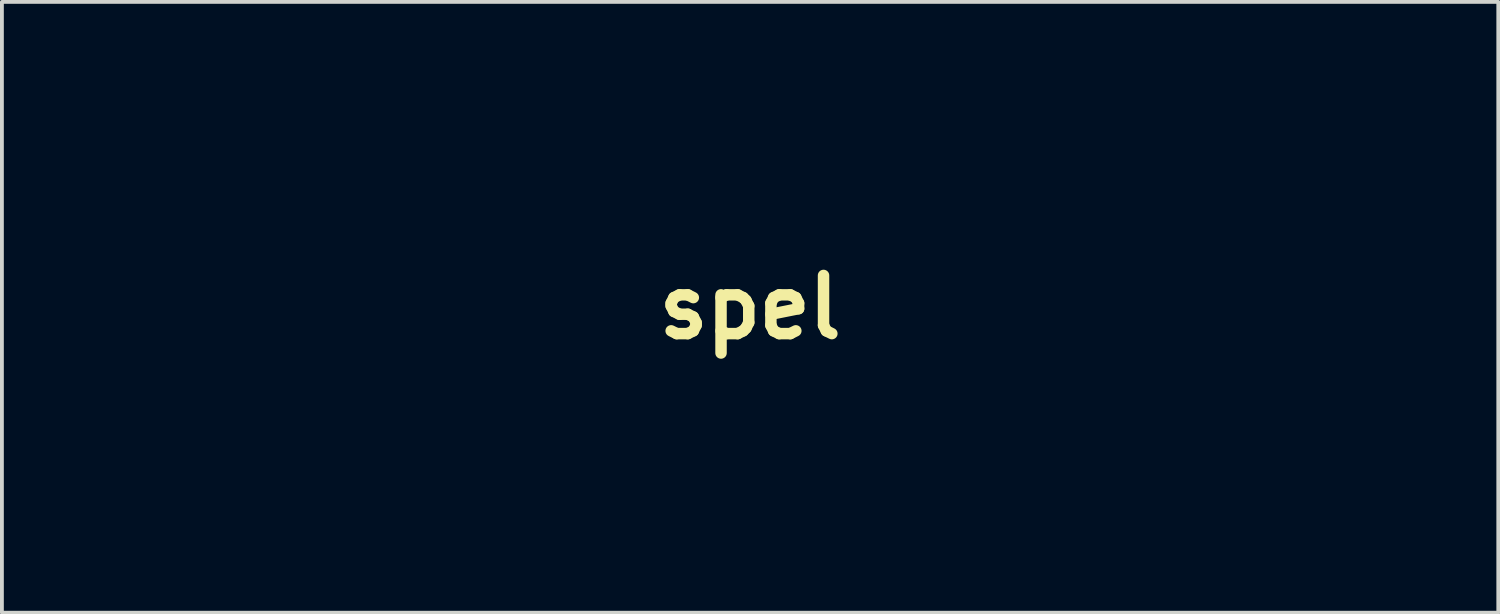
<source format=kicad_pcb>
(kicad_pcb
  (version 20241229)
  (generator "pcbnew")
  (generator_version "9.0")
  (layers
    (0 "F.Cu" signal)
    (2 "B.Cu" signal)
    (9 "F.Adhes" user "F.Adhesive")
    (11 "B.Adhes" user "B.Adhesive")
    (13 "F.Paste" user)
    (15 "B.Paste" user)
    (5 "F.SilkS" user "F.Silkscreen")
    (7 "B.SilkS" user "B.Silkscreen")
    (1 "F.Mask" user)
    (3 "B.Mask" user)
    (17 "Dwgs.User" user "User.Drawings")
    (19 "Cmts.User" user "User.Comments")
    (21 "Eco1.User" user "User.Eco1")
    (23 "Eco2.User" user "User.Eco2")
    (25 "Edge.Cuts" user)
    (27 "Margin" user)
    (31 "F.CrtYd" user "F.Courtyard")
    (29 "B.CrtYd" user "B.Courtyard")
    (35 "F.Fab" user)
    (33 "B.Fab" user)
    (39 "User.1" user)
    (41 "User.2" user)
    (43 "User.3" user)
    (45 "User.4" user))
  (footprint "spel"
    (layer "F.Cu")
    (at 16.6 5)
    (property "Reference" "spel" (at 0 0 0) (layer "F.SilkS") (effects (font (size 1.524 1.524) (thickness 0.3))))
    (attr through_hole)
    (fp_poly (pts (xy -16.51 -2.074) (xy -16.552 -2.032) (xy -16.595 -2.074) (xy -16.552 -2.117) (xy -16.51 -2.074)) (stroke (width 0.01) (type solid)) (fill no) (layer "Eco2.User"))
    (fp_poly (pts (xy -16.425 -2.328) (xy -16.468 -2.286) (xy -16.51 -2.328) (xy -16.468 -2.371) (xy -16.425 -2.328)) (stroke (width 0.01) (type solid)) (fill no) (layer "Eco2.User"))
    (fp_poly (pts (xy -16.256 -3.09) (xy -16.298 -3.048) (xy -16.341 -3.09) (xy -16.298 -3.133) (xy -16.256 -3.09)) (stroke (width 0.01) (type solid)) (fill no) (layer "Eco2.User"))
    (fp_poly (pts (xy -16.087 -3.852) (xy -16.129 -3.81) (xy -16.171 -3.852) (xy -16.129 -3.895) (xy -16.087 -3.852)) (stroke (width 0.01) (type solid)) (fill no) (layer "Eco2.User"))
    (fp_poly (pts (xy -16.002 -2.667) (xy -16.044 -2.625) (xy -16.087 -2.667) (xy -16.044 -2.709) (xy -16.002 -2.667)) (stroke (width 0.01) (type solid)) (fill no) (layer "Eco2.User"))
    (fp_poly (pts (xy -15.917 -4.699) (xy -15.96 -4.657) (xy -16.002 -4.699) (xy -15.96 -4.741) (xy -15.917 -4.699)) (stroke (width 0.01) (type solid)) (fill no) (layer "Eco2.User"))
    (fp_poly (pts (xy -15.917 -2.328) (xy -15.96 -2.286) (xy -16.002 -2.328) (xy -15.96 -2.371) (xy -15.917 -2.328)) (stroke (width 0.01) (type solid)) (fill no) (layer "Eco2.User"))
    (fp_poly (pts (xy -15.833 -4.953) (xy -15.875 -4.911) (xy -15.917 -4.953) (xy -15.875 -4.995) (xy -15.833 -4.953)) (stroke (width 0.01) (type solid)) (fill no) (layer "Eco2.User"))
    (fp_poly (pts (xy -15.833 -3.514) (xy -15.875 -3.471) (xy -15.917 -3.514) (xy -15.875 -3.556) (xy -15.833 -3.514)) (stroke (width 0.01) (type solid)) (fill no) (layer "Eco2.User"))
    (fp_poly (pts (xy -15.833 -3.09) (xy -15.875 -3.048) (xy -15.917 -3.09) (xy -15.875 -3.133) (xy -15.833 -3.09)) (stroke (width 0.01) (type solid)) (fill no) (layer "Eco2.User"))
    (fp_poly (pts (xy -15.833 -2.498) (xy -15.875 -2.455) (xy -15.917 -2.498) (xy -15.875 -2.54) (xy -15.833 -2.498)) (stroke (width 0.01) (type solid)) (fill no) (layer "Eco2.User"))
    (fp_poly (pts (xy -15.663 -4.022) (xy -15.706 -3.979) (xy -15.748 -4.022) (xy -15.706 -4.064) (xy -15.663 -4.022)) (stroke (width 0.01) (type solid)) (fill no) (layer "Eco2.User"))
    (fp_poly (pts (xy -15.663 -3.683) (xy -15.706 -3.641) (xy -15.748 -3.683) (xy -15.706 -3.725) (xy -15.663 -3.683)) (stroke (width 0.01) (type solid)) (fill no) (layer "Eco2.User"))
    (fp_poly (pts (xy -15.663 -2.413) (xy -15.706 -2.371) (xy -15.748 -2.413) (xy -15.706 -2.455) (xy -15.663 -2.413)) (stroke (width 0.01) (type solid)) (fill no) (layer "Eco2.User"))
    (fp_poly (pts (xy -15.663 -2.244) (xy -15.706 -2.201) (xy -15.748 -2.244) (xy -15.706 -2.286) (xy -15.663 -2.244)) (stroke (width 0.01) (type solid)) (fill no) (layer "Eco2.User"))
    (fp_poly (pts (xy -15.579 -2.752) (xy -15.621 -2.709) (xy -15.663 -2.752) (xy -15.621 -2.794) (xy -15.579 -2.752)) (stroke (width 0.01) (type solid)) (fill no) (layer "Eco2.User"))
    (fp_poly (pts (xy -15.579 -1.905) (xy -15.621 -1.863) (xy -15.663 -1.905) (xy -15.621 -1.947) (xy -15.579 -1.905)) (stroke (width 0.01) (type solid)) (fill no) (layer "Eco2.User"))
    (fp_poly (pts (xy -15.494 -4.868) (xy -15.536 -4.826) (xy -15.579 -4.868) (xy -15.536 -4.911) (xy -15.494 -4.868)) (stroke (width 0.01) (type solid)) (fill no) (layer "Eco2.User"))
    (fp_poly (pts (xy -15.494 -4.191) (xy -15.536 -4.149) (xy -15.579 -4.191) (xy -15.536 -4.233) (xy -15.494 -4.191)) (stroke (width 0.01) (type solid)) (fill no) (layer "Eco2.User"))
    (fp_poly (pts (xy -15.494 -3.683) (xy -15.536 -3.641) (xy -15.579 -3.683) (xy -15.536 -3.725) (xy -15.494 -3.683)) (stroke (width 0.01) (type solid)) (fill no) (layer "Eco2.User"))
    (fp_poly (pts (xy -15.494 -2.413) (xy -15.536 -2.371) (xy -15.579 -2.413) (xy -15.536 -2.455) (xy -15.494 -2.413)) (stroke (width 0.01) (type solid)) (fill no) (layer "Eco2.User"))
    (fp_poly (pts (xy -15.409 -4.36) (xy -15.452 -4.318) (xy -15.494 -4.36) (xy -15.452 -4.403) (xy -15.409 -4.36)) (stroke (width 0.01) (type solid)) (fill no) (layer "Eco2.User"))
    (fp_poly (pts (xy -15.325 -4.784) (xy -15.367 -4.741) (xy -15.409 -4.784) (xy -15.367 -4.826) (xy -15.325 -4.784)) (stroke (width 0.01) (type solid)) (fill no) (layer "Eco2.User"))
    (fp_poly (pts (xy -15.325 -3.26) (xy -15.367 -3.217) (xy -15.409 -3.26) (xy -15.367 -3.302) (xy -15.325 -3.26)) (stroke (width 0.01) (type solid)) (fill no) (layer "Eco2.User"))
    (fp_poly (pts (xy -15.24 -4.445) (xy -15.282 -4.403) (xy -15.325 -4.445) (xy -15.282 -4.487) (xy -15.24 -4.445)) (stroke (width 0.01) (type solid)) (fill no) (layer "Eco2.User"))
    (fp_poly (pts (xy -15.24 -4.106) (xy -15.282 -4.064) (xy -15.325 -4.106) (xy -15.282 -4.149) (xy -15.24 -4.106)) (stroke (width 0.01) (type solid)) (fill no) (layer "Eco2.User"))
    (fp_poly (pts (xy -15.155 -3.344) (xy -15.198 -3.302) (xy -15.24 -3.344) (xy -15.198 -3.387) (xy -15.155 -3.344)) (stroke (width 0.01) (type solid)) (fill no) (layer "Eco2.User"))
    (fp_poly (pts (xy -15.155 -2.752) (xy -15.198 -2.709) (xy -15.24 -2.752) (xy -15.198 -2.794) (xy -15.155 -2.752)) (stroke (width 0.01) (type solid)) (fill no) (layer "Eco2.User"))
    (fp_poly (pts (xy -14.817 -3.683) (xy -14.859 -3.641) (xy -14.901 -3.683) (xy -14.859 -3.725) (xy -14.817 -3.683)) (stroke (width 0.01) (type solid)) (fill no) (layer "Eco2.User"))
    (fp_poly (pts (xy -14.817 -3.26) (xy -14.859 -3.217) (xy -14.901 -3.26) (xy -14.859 -3.302) (xy -14.817 -3.26)) (stroke (width 0.01) (type solid)) (fill no) (layer "Eco2.User"))
    (fp_poly (pts (xy -14.817 -2.074) (xy -14.859 -2.032) (xy -14.901 -2.074) (xy -14.859 -2.117) (xy -14.817 -2.074)) (stroke (width 0.01) (type solid)) (fill no) (layer "Eco2.User"))
    (fp_poly (pts (xy -14.732 -4.276) (xy -14.774 -4.233) (xy -14.817 -4.276) (xy -14.774 -4.318) (xy -14.732 -4.276)) (stroke (width 0.01) (type solid)) (fill no) (layer "Eco2.User"))
    (fp_poly (pts (xy -14.732 -2.498) (xy -14.774 -2.455) (xy -14.817 -2.498) (xy -14.774 -2.54) (xy -14.732 -2.498)) (stroke (width 0.01) (type solid)) (fill no) (layer "Eco2.User"))
    (fp_poly (pts (xy -14.647 -4.53) (xy -14.69 -4.487) (xy -14.732 -4.53) (xy -14.69 -4.572) (xy -14.647 -4.53)) (stroke (width 0.01) (type solid)) (fill no) (layer "Eco2.User"))
    (fp_poly (pts (xy -14.563 -4.022) (xy -14.605 -3.979) (xy -14.647 -4.022) (xy -14.605 -4.064) (xy -14.563 -4.022)) (stroke (width 0.01) (type solid)) (fill no) (layer "Eco2.User"))
    (fp_poly (pts (xy -14.478 -4.191) (xy -14.52 -4.149) (xy -14.563 -4.191) (xy -14.52 -4.233) (xy -14.478 -4.191)) (stroke (width 0.01) (type solid)) (fill no) (layer "Eco2.User"))
    (fp_poly (pts (xy -14.478 -2.244) (xy -14.52 -2.201) (xy -14.563 -2.244) (xy -14.52 -2.286) (xy -14.478 -2.244)) (stroke (width 0.01) (type solid)) (fill no) (layer "Eco2.User"))
    (fp_poly (pts (xy -14.309 -2.921) (xy -14.351 -2.879) (xy -14.393 -2.921) (xy -14.351 -2.963) (xy -14.309 -2.921)) (stroke (width 0.01) (type solid)) (fill no) (layer "Eco2.User"))
    (fp_poly (pts (xy -14.309 -1.736) (xy -14.351 -1.693) (xy -14.393 -1.736) (xy -14.351 -1.778) (xy -14.309 -1.736)) (stroke (width 0.01) (type solid)) (fill no) (layer "Eco2.User"))
    (fp_poly (pts (xy -14.139 -4.36) (xy -14.182 -4.318) (xy -14.224 -4.36) (xy -14.182 -4.403) (xy -14.139 -4.36)) (stroke (width 0.01) (type solid)) (fill no) (layer "Eco2.User"))
    (fp_poly (pts (xy -14.139 -2.921) (xy -14.182 -2.879) (xy -14.224 -2.921) (xy -14.182 -2.963) (xy -14.139 -2.921)) (stroke (width 0.01) (type solid)) (fill no) (layer "Eco2.User"))
    (fp_poly (pts (xy -14.055 -1.99) (xy -14.097 -1.947) (xy -14.139 -1.99) (xy -14.097 -2.032) (xy -14.055 -1.99)) (stroke (width 0.01) (type solid)) (fill no) (layer "Eco2.User"))
    (fp_poly (pts (xy -13.97 -3.937) (xy -14.012 -3.895) (xy -14.055 -3.937) (xy -14.012 -3.979) (xy -13.97 -3.937)) (stroke (width 0.01) (type solid)) (fill no) (layer "Eco2.User"))
    (fp_poly (pts (xy -13.885 -2.413) (xy -13.928 -2.371) (xy -13.97 -2.413) (xy -13.928 -2.455) (xy -13.885 -2.413)) (stroke (width 0.01) (type solid)) (fill no) (layer "Eco2.User"))
    (fp_poly (pts (xy -13.801 -3.514) (xy -13.843 -3.471) (xy -13.885 -3.514) (xy -13.843 -3.556) (xy -13.801 -3.514)) (stroke (width 0.01) (type solid)) (fill no) (layer "Eco2.User"))
    (fp_poly (pts (xy -13.801 -3.175) (xy -13.843 -3.133) (xy -13.885 -3.175) (xy -13.843 -3.217) (xy -13.801 -3.175)) (stroke (width 0.01) (type solid)) (fill no) (layer "Eco2.User"))
    (fp_poly (pts (xy -13.801 0.042) (xy -13.843 0.085) (xy -13.885 0.042) (xy -13.843 0) (xy -13.801 0.042)) (stroke (width 0.01) (type solid)) (fill no) (layer "Eco2.User"))
    (fp_poly (pts (xy -13.716 -0.635) (xy -13.758 -0.593) (xy -13.801 -0.635) (xy -13.758 -0.677) (xy -13.716 -0.635)) (stroke (width 0.01) (type solid)) (fill no) (layer "Eco2.User"))
    (fp_poly (pts (xy -13.631 -3.683) (xy -13.674 -3.641) (xy -13.716 -3.683) (xy -13.674 -3.725) (xy -13.631 -3.683)) (stroke (width 0.01) (type solid)) (fill no) (layer "Eco2.User"))
    (fp_poly (pts (xy -13.631 0.974) (xy -13.674 1.016) (xy -13.716 0.974) (xy -13.674 0.931) (xy -13.631 0.974)) (stroke (width 0.01) (type solid)) (fill no) (layer "Eco2.User"))
    (fp_poly (pts (xy -13.547 -2.413) (xy -13.589 -2.371) (xy -13.631 -2.413) (xy -13.589 -2.455) (xy -13.547 -2.413)) (stroke (width 0.01) (type solid)) (fill no) (layer "Eco2.User"))
    (fp_poly (pts (xy -13.547 -1.99) (xy -13.589 -1.947) (xy -13.631 -1.99) (xy -13.589 -2.032) (xy -13.547 -1.99)) (stroke (width 0.01) (type solid)) (fill no) (layer "Eco2.User"))
    (fp_poly (pts (xy -13.547 -1.651) (xy -13.589 -1.609) (xy -13.631 -1.651) (xy -13.589 -1.693) (xy -13.547 -1.651)) (stroke (width 0.01) (type solid)) (fill no) (layer "Eco2.User"))
    (fp_poly (pts (xy -13.462 1.482) (xy -13.504 1.524) (xy -13.547 1.482) (xy -13.504 1.439) (xy -13.462 1.482)) (stroke (width 0.01) (type solid)) (fill no) (layer "Eco2.User"))
    (fp_poly (pts (xy -13.377 -3.344) (xy -13.42 -3.302) (xy -13.462 -3.344) (xy -13.42 -3.387) (xy -13.377 -3.344)) (stroke (width 0.01) (type solid)) (fill no) (layer "Eco2.User"))
    (fp_poly (pts (xy -13.377 -3.006) (xy -13.42 -2.963) (xy -13.462 -3.006) (xy -13.42 -3.048) (xy -13.377 -3.006)) (stroke (width 0.01) (type solid)) (fill no) (layer "Eco2.User"))
    (fp_poly (pts (xy -13.377 -1.651) (xy -13.42 -1.609) (xy -13.462 -1.651) (xy -13.42 -1.693) (xy -13.377 -1.651)) (stroke (width 0.01) (type solid)) (fill no) (layer "Eco2.User"))
    (fp_poly (pts (xy -13.293 -2.836) (xy -13.335 -2.794) (xy -13.377 -2.836) (xy -13.335 -2.879) (xy -13.293 -2.836)) (stroke (width 0.01) (type solid)) (fill no) (layer "Eco2.User"))
    (fp_poly (pts (xy -13.293 1.82) (xy -13.335 1.863) (xy -13.377 1.82) (xy -13.335 1.778) (xy -13.293 1.82)) (stroke (width 0.01) (type solid)) (fill no) (layer "Eco2.User"))
    (fp_poly (pts (xy -13.208 -3.514) (xy -13.25 -3.471) (xy -13.293 -3.514) (xy -13.25 -3.556) (xy -13.208 -3.514)) (stroke (width 0.01) (type solid)) (fill no) (layer "Eco2.User"))
    (fp_poly (pts (xy -13.208 -1.99) (xy -13.25 -1.947) (xy -13.293 -1.99) (xy -13.25 -2.032) (xy -13.208 -1.99)) (stroke (width 0.01) (type solid)) (fill no) (layer "Eco2.User"))
    (fp_poly (pts (xy -13.208 1.99) (xy -13.25 2.032) (xy -13.293 1.99) (xy -13.25 1.947) (xy -13.208 1.99)) (stroke (width 0.01) (type solid)) (fill no) (layer "Eco2.User"))
    (fp_poly (pts (xy -13.123 -3.683) (xy -13.166 -3.641) (xy -13.208 -3.683) (xy -13.166 -3.725) (xy -13.123 -3.683)) (stroke (width 0.01) (type solid)) (fill no) (layer "Eco2.User"))
    (fp_poly (pts (xy -13.123 -2.159) (xy -13.166 -2.117) (xy -13.208 -2.159) (xy -13.166 -2.201) (xy -13.123 -2.159)) (stroke (width 0.01) (type solid)) (fill no) (layer "Eco2.User"))
    (fp_poly (pts (xy -13.039 -2.498) (xy -13.081 -2.455) (xy -13.123 -2.498) (xy -13.081 -2.54) (xy -13.039 -2.498)) (stroke (width 0.01) (type solid)) (fill no) (layer "Eco2.User"))
    (fp_poly (pts (xy -13.039 2.244) (xy -13.081 2.286) (xy -13.123 2.244) (xy -13.081 2.201) (xy -13.039 2.244)) (stroke (width 0.01) (type solid)) (fill no) (layer "Eco2.User"))
    (fp_poly (pts (xy -12.954 -3.852) (xy -12.996 -3.81) (xy -13.039 -3.852) (xy -12.996 -3.895) (xy -12.954 -3.852)) (stroke (width 0.01) (type solid)) (fill no) (layer "Eco2.User"))
    (fp_poly (pts (xy -12.954 -2.836) (xy -12.996 -2.794) (xy -13.039 -2.836) (xy -12.996 -2.879) (xy -12.954 -2.836)) (stroke (width 0.01) (type solid)) (fill no) (layer "Eco2.User"))
    (fp_poly (pts (xy -12.954 -1.566) (xy -12.996 -1.524) (xy -13.039 -1.566) (xy -12.996 -1.609) (xy -12.954 -1.566)) (stroke (width 0.01) (type solid)) (fill no) (layer "Eco2.User"))
    (fp_poly (pts (xy -12.785 -2.836) (xy -12.827 -2.794) (xy -12.869 -2.836) (xy -12.827 -2.879) (xy -12.785 -2.836)) (stroke (width 0.01) (type solid)) (fill no) (layer "Eco2.User"))
    (fp_poly (pts (xy -12.785 -1.99) (xy -12.827 -1.947) (xy -12.869 -1.99) (xy -12.827 -2.032) (xy -12.785 -1.99)) (stroke (width 0.01) (type solid)) (fill no) (layer "Eco2.User"))
    (fp_poly (pts (xy -12.7 -1.566) (xy -12.742 -1.524) (xy -12.785 -1.566) (xy -12.742 -1.609) (xy -12.7 -1.566)) (stroke (width 0.01) (type solid)) (fill no) (layer "Eco2.User"))
    (fp_poly (pts (xy -12.7 2.752) (xy -12.742 2.794) (xy -12.785 2.752) (xy -12.742 2.709) (xy -12.7 2.752)) (stroke (width 0.01) (type solid)) (fill no) (layer "Eco2.User"))
    (fp_poly (pts (xy -12.615 -3.768) (xy -12.658 -3.725) (xy -12.7 -3.768) (xy -12.658 -3.81) (xy -12.615 -3.768)) (stroke (width 0.01) (type solid)) (fill no) (layer "Eco2.User"))
    (fp_poly (pts (xy -12.615 -1.82) (xy -12.658 -1.778) (xy -12.7 -1.82) (xy -12.658 -1.863) (xy -12.615 -1.82)) (stroke (width 0.01) (type solid)) (fill no) (layer "Eco2.User"))
    (fp_poly (pts (xy -12.531 -1.99) (xy -12.573 -1.947) (xy -12.615 -1.99) (xy -12.573 -2.032) (xy -12.531 -1.99)) (stroke (width 0.01) (type solid)) (fill no) (layer "Eco2.User"))
    (fp_poly (pts (xy -12.446 -1.736) (xy -12.488 -1.693) (xy -12.531 -1.736) (xy -12.488 -1.778) (xy -12.446 -1.736)) (stroke (width 0.01) (type solid)) (fill no) (layer "Eco2.User"))
    (fp_poly (pts (xy -12.446 3.006) (xy -12.488 3.048) (xy -12.531 3.006) (xy -12.488 2.963) (xy -12.446 3.006)) (stroke (width 0.01) (type solid)) (fill no) (layer "Eco2.User"))
    (fp_poly (pts (xy -12.361 -2.667) (xy -12.404 -2.625) (xy -12.446 -2.667) (xy -12.404 -2.709) (xy -12.361 -2.667)) (stroke (width 0.01) (type solid)) (fill no) (layer "Eco2.User"))
    (fp_poly (pts (xy -12.361 -1.99) (xy -12.404 -1.947) (xy -12.446 -1.99) (xy -12.404 -2.032) (xy -12.361 -1.99)) (stroke (width 0.01) (type solid)) (fill no) (layer "Eco2.User"))
    (fp_poly (pts (xy -12.277 -3.26) (xy -12.319 -3.217) (xy -12.361 -3.26) (xy -12.319 -3.302) (xy -12.277 -3.26)) (stroke (width 0.01) (type solid)) (fill no) (layer "Eco2.User"))
    (fp_poly (pts (xy -12.277 -3.006) (xy -12.319 -2.963) (xy -12.361 -3.006) (xy -12.319 -3.048) (xy -12.277 -3.006)) (stroke (width 0.01) (type solid)) (fill no) (layer "Eco2.User"))
    (fp_poly (pts (xy -11.938 3.429) (xy -11.98 3.471) (xy -12.023 3.429) (xy -11.98 3.387) (xy -11.938 3.429)) (stroke (width 0.01) (type solid)) (fill no) (layer "Eco2.User"))
    (fp_poly (pts (xy -11.769 3.514) (xy -11.811 3.556) (xy -11.853 3.514) (xy -11.811 3.471) (xy -11.769 3.514)) (stroke (width 0.01) (type solid)) (fill no) (layer "Eco2.User"))
    (fp_poly (pts (xy -11.43 -3.937) (xy -11.472 -3.895) (xy -11.515 -3.937) (xy -11.472 -3.979) (xy -11.43 -3.937)) (stroke (width 0.01) (type solid)) (fill no) (layer "Eco2.User"))
    (fp_poly (pts (xy -11.43 -3.344) (xy -11.472 -3.302) (xy -11.515 -3.344) (xy -11.472 -3.387) (xy -11.43 -3.344)) (stroke (width 0.01) (type solid)) (fill no) (layer "Eco2.User"))
    (fp_poly (pts (xy -11.43 -3.175) (xy -11.472 -3.133) (xy -11.515 -3.175) (xy -11.472 -3.217) (xy -11.43 -3.175)) (stroke (width 0.01) (type solid)) (fill no) (layer "Eco2.User"))
    (fp_poly (pts (xy -11.43 -2.752) (xy -11.472 -2.709) (xy -11.515 -2.752) (xy -11.472 -2.794) (xy -11.43 -2.752)) (stroke (width 0.01) (type solid)) (fill no) (layer "Eco2.User"))
    (fp_poly (pts (xy -11.345 3.768) (xy -11.388 3.81) (xy -11.43 3.768) (xy -11.388 3.725) (xy -11.345 3.768)) (stroke (width 0.01) (type solid)) (fill no) (layer "Eco2.User"))
    (fp_poly (pts (xy -11.261 -4.022) (xy -11.303 -3.979) (xy -11.345 -4.022) (xy -11.303 -4.064) (xy -11.261 -4.022)) (stroke (width 0.01) (type solid)) (fill no) (layer "Eco2.User"))
    (fp_poly (pts (xy -11.261 -2.836) (xy -11.303 -2.794) (xy -11.345 -2.836) (xy -11.303 -2.879) (xy -11.261 -2.836)) (stroke (width 0.01) (type solid)) (fill no) (layer "Eco2.User"))
    (fp_poly (pts (xy -11.176 -1.82) (xy -11.218 -1.778) (xy -11.261 -1.82) (xy -11.218 -1.863) (xy -11.176 -1.82)) (stroke (width 0.01) (type solid)) (fill no) (layer "Eco2.User"))
    (fp_poly (pts (xy -11.007 -4.106) (xy -11.049 -4.064) (xy -11.091 -4.106) (xy -11.049 -4.149) (xy -11.007 -4.106)) (stroke (width 0.01) (type solid)) (fill no) (layer "Eco2.User"))
    (fp_poly (pts (xy -11.007 -2.921) (xy -11.049 -2.879) (xy -11.091 -2.921) (xy -11.049 -2.963) (xy -11.007 -2.921)) (stroke (width 0.01) (type solid)) (fill no) (layer "Eco2.User"))
    (fp_poly (pts (xy -11.007 -2.752) (xy -11.049 -2.709) (xy -11.091 -2.752) (xy -11.049 -2.794) (xy -11.007 -2.752)) (stroke (width 0.01) (type solid)) (fill no) (layer "Eco2.User"))
    (fp_poly (pts (xy -10.837 -3.006) (xy -10.88 -2.963) (xy -10.922 -3.006) (xy -10.88 -3.048) (xy -10.837 -3.006)) (stroke (width 0.01) (type solid)) (fill no) (layer "Eco2.User"))
    (fp_poly (pts (xy -10.753 -2.159) (xy -10.795 -2.117) (xy -10.837 -2.159) (xy -10.795 -2.201) (xy -10.753 -2.159)) (stroke (width 0.01) (type solid)) (fill no) (layer "Eco2.User"))
    (fp_poly (pts (xy -10.668 -2.582) (xy -10.71 -2.54) (xy -10.753 -2.582) (xy -10.71 -2.625) (xy -10.668 -2.582)) (stroke (width 0.01) (type solid)) (fill no) (layer "Eco2.User"))
    (fp_poly (pts (xy -10.583 4.022) (xy -10.626 4.064) (xy -10.668 4.022) (xy -10.626 3.979) (xy -10.583 4.022)) (stroke (width 0.01) (type solid)) (fill no) (layer "Eco2.User"))
    (fp_poly (pts (xy -10.329 -4.276) (xy -10.372 -4.233) (xy -10.414 -4.276) (xy -10.372 -4.318) (xy -10.329 -4.276)) (stroke (width 0.01) (type solid)) (fill no) (layer "Eco2.User"))
    (fp_poly (pts (xy -10.245 -1.058) (xy -10.287 -1.016) (xy -10.329 -1.058) (xy -10.287 -1.101) (xy -10.245 -1.058)) (stroke (width 0.01) (type solid)) (fill no) (layer "Eco2.User"))
    (fp_poly (pts (xy -10.16 -2.752) (xy -10.202 -2.709) (xy -10.245 -2.752) (xy -10.202 -2.794) (xy -10.16 -2.752)) (stroke (width 0.01) (type solid)) (fill no) (layer "Eco2.User"))
    (fp_poly (pts (xy -10.16 -1.905) (xy -10.202 -1.863) (xy -10.245 -1.905) (xy -10.202 -1.947) (xy -10.16 -1.905)) (stroke (width 0.01) (type solid)) (fill no) (layer "Eco2.User"))
    (fp_poly (pts (xy -9.991 -1.228) (xy -10.033 -1.185) (xy -10.075 -1.228) (xy -10.033 -1.27) (xy -9.991 -1.228)) (stroke (width 0.01) (type solid)) (fill no) (layer "Eco2.User"))
    (fp_poly (pts (xy -9.821 -1.312) (xy -9.864 -1.27) (xy -9.906 -1.312) (xy -9.864 -1.355) (xy -9.821 -1.312)) (stroke (width 0.01) (type solid)) (fill no) (layer "Eco2.User"))
    (fp_poly (pts (xy -9.567 -1.312) (xy -9.61 -1.27) (xy -9.652 -1.312) (xy -9.61 -1.355) (xy -9.567 -1.312)) (stroke (width 0.01) (type solid)) (fill no) (layer "Eco2.User"))
    (fp_poly (pts (xy -9.483 -2.074) (xy -9.525 -2.032) (xy -9.567 -2.074) (xy -9.525 -2.117) (xy -9.483 -2.074)) (stroke (width 0.01) (type solid)) (fill no) (layer "Eco2.User"))
    (fp_poly (pts (xy -9.483 -1.651) (xy -9.525 -1.609) (xy -9.567 -1.651) (xy -9.525 -1.693) (xy -9.483 -1.651)) (stroke (width 0.01) (type solid)) (fill no) (layer "Eco2.User"))
    (fp_poly (pts (xy -9.398 -1.82) (xy -9.44 -1.778) (xy -9.483 -1.82) (xy -9.44 -1.863) (xy -9.398 -1.82)) (stroke (width 0.01) (type solid)) (fill no) (layer "Eco2.User"))
    (fp_poly (pts (xy -9.059 -2.074) (xy -9.102 -2.032) (xy -9.144 -2.074) (xy -9.102 -2.117) (xy -9.059 -2.074)) (stroke (width 0.01) (type solid)) (fill no) (layer "Eco2.User"))
    (fp_poly (pts (xy -8.975 -4.36) (xy -9.017 -4.318) (xy -9.059 -4.36) (xy -9.017 -4.403) (xy -8.975 -4.36)) (stroke (width 0.01) (type solid)) (fill no) (layer "Eco2.User"))
    (fp_poly (pts (xy -8.89 -2.074) (xy -8.932 -2.032) (xy -8.975 -2.074) (xy -8.932 -2.117) (xy -8.89 -2.074)) (stroke (width 0.01) (type solid)) (fill no) (layer "Eco2.User"))
    (fp_poly (pts (xy -8.721 -1.566) (xy -8.763 -1.524) (xy -8.805 -1.566) (xy -8.763 -1.609) (xy -8.721 -1.566)) (stroke (width 0.01) (type solid)) (fill no) (layer "Eco2.User"))
    (fp_poly (pts (xy -8.043 -1.482) (xy -8.086 -1.439) (xy -8.128 -1.482) (xy -8.086 -1.524) (xy -8.043 -1.482)) (stroke (width 0.01) (type solid)) (fill no) (layer "Eco2.User"))
    (fp_poly (pts (xy -7.959 -4.106) (xy -8.001 -4.064) (xy -8.043 -4.106) (xy -8.001 -4.149) (xy -7.959 -4.106)) (stroke (width 0.01) (type solid)) (fill no) (layer "Eco2.User"))
    (fp_poly (pts (xy -7.959 -1.99) (xy -8.001 -1.947) (xy -8.043 -1.99) (xy -8.001 -2.032) (xy -7.959 -1.99)) (stroke (width 0.01) (type solid)) (fill no) (layer "Eco2.User"))
    (fp_poly (pts (xy -7.959 -1.058) (xy -8.001 -1.016) (xy -8.043 -1.058) (xy -8.001 -1.101) (xy -7.959 -1.058)) (stroke (width 0.01) (type solid)) (fill no) (layer "Eco2.User"))
    (fp_poly (pts (xy -7.959 3.937) (xy -8.001 3.979) (xy -8.043 3.937) (xy -8.001 3.895) (xy -7.959 3.937)) (stroke (width 0.01) (type solid)) (fill no) (layer "Eco2.User"))
    (fp_poly (pts (xy -7.789 -1.905) (xy -7.832 -1.863) (xy -7.874 -1.905) (xy -7.832 -1.947) (xy -7.789 -1.905)) (stroke (width 0.01) (type solid)) (fill no) (layer "Eco2.User"))
    (fp_poly (pts (xy -7.705 -4.022) (xy -7.747 -3.979) (xy -7.789 -4.022) (xy -7.747 -4.064) (xy -7.705 -4.022)) (stroke (width 0.01) (type solid)) (fill no) (layer "Eco2.User"))
    (fp_poly (pts (xy -7.62 3.768) (xy -7.662 3.81) (xy -7.705 3.768) (xy -7.662 3.725) (xy -7.62 3.768)) (stroke (width 0.01) (type solid)) (fill no) (layer "Eco2.User"))
    (fp_poly (pts (xy -7.535 -3.937) (xy -7.578 -3.895) (xy -7.62 -3.937) (xy -7.578 -3.979) (xy -7.535 -3.937)) (stroke (width 0.01) (type solid)) (fill no) (layer "Eco2.User"))
    (fp_poly (pts (xy -7.451 3.683) (xy -7.493 3.725) (xy -7.535 3.683) (xy -7.493 3.641) (xy -7.451 3.683)) (stroke (width 0.01) (type solid)) (fill no) (layer "Eco2.User"))
    (fp_poly (pts (xy -7.366 -3.852) (xy -7.408 -3.81) (xy -7.451 -3.852) (xy -7.408 -3.895) (xy -7.366 -3.852)) (stroke (width 0.01) (type solid)) (fill no) (layer "Eco2.User"))
    (fp_poly (pts (xy -7.112 -3.683) (xy -7.154 -3.641) (xy -7.197 -3.683) (xy -7.154 -3.725) (xy -7.112 -3.683)) (stroke (width 0.01) (type solid)) (fill no) (layer "Eco2.User"))
    (fp_poly (pts (xy -6.689 -3.344) (xy -6.731 -3.302) (xy -6.773 -3.344) (xy -6.731 -3.387) (xy -6.689 -3.344)) (stroke (width 0.01) (type solid)) (fill no) (layer "Eco2.User"))
    (fp_poly (pts (xy -6.35 -3.09) (xy -6.392 -3.048) (xy -6.435 -3.09) (xy -6.392 -3.133) (xy -6.35 -3.09)) (stroke (width 0.01) (type solid)) (fill no) (layer "Eco2.User"))
    (fp_poly (pts (xy -6.35 2.836) (xy -6.392 2.879) (xy -6.435 2.836) (xy -6.392 2.794) (xy -6.35 2.836)) (stroke (width 0.01) (type solid)) (fill no) (layer "Eco2.User"))
    (fp_poly (pts (xy -6.181 2.667) (xy -6.223 2.709) (xy -6.265 2.667) (xy -6.223 2.625) (xy -6.181 2.667)) (stroke (width 0.01) (type solid)) (fill no) (layer "Eco2.User"))
    (fp_poly (pts (xy -5.842 2.244) (xy -5.884 2.286) (xy -5.927 2.244) (xy -5.884 2.201) (xy -5.842 2.244)) (stroke (width 0.01) (type solid)) (fill no) (layer "Eco2.User"))
    (fp_poly (pts (xy -5.503 -1.736) (xy -5.546 -1.693) (xy -5.588 -1.736) (xy -5.546 -1.778) (xy -5.503 -1.736)) (stroke (width 0.01) (type solid)) (fill no) (layer "Eco2.User"))
    (fp_poly (pts (xy -5.419 1.312) (xy -5.461 1.355) (xy -5.503 1.312) (xy -5.461 1.27) (xy -5.419 1.312)) (stroke (width 0.01) (type solid)) (fill no) (layer "Eco2.User"))
    (fp_poly (pts (xy -5.334 -1.397) (xy -5.376 -1.355) (xy -5.419 -1.397) (xy -5.376 -1.439) (xy -5.334 -1.397)) (stroke (width 0.01) (type solid)) (fill no) (layer "Eco2.User"))
    (fp_poly (pts (xy -5.334 -1.228) (xy -5.376 -1.185) (xy -5.419 -1.228) (xy -5.376 -1.27) (xy -5.334 -1.228)) (stroke (width 0.01) (type solid)) (fill no) (layer "Eco2.User"))
    (fp_poly (pts (xy -5.249 0.804) (xy -5.292 0.847) (xy -5.334 0.804) (xy -5.292 0.762) (xy -5.249 0.804)) (stroke (width 0.01) (type solid)) (fill no) (layer "Eco2.User"))
    (fp_poly (pts (xy -16.369 -2.85) (xy -16.359 -2.75) (xy -16.369 -2.738) (xy -16.419 -2.749) (xy -16.425 -2.794) (xy -16.394 -2.864) (xy -16.369 -2.85)) (stroke (width 0.01) (type solid)) (fill no) (layer "Eco2.User"))
    (fp_poly (pts (xy -16.2 -3.612) (xy -16.189 -3.512) (xy -16.2 -3.5) (xy -16.25 -3.511) (xy -16.256 -3.556) (xy -16.225 -3.626) (xy -16.2 -3.612)) (stroke (width 0.01) (type solid)) (fill no) (layer "Eco2.User"))
    (fp_poly (pts (xy -16.115 -2.427) (xy -16.127 -2.377) (xy -16.171 -2.371) (xy -16.241 -2.402) (xy -16.228 -2.427) (xy -16.127 -2.437) (xy -16.115 -2.427)) (stroke (width 0.01) (type solid)) (fill no) (layer "Eco2.User"))
    (fp_poly (pts (xy -15.861 -2.004) (xy -15.873 -1.953) (xy -15.917 -1.947) (xy -15.987 -1.978) (xy -15.974 -2.004) (xy -15.873 -2.014) (xy -15.861 -2.004)) (stroke (width 0.01) (type solid)) (fill no) (layer "Eco2.User"))
    (fp_poly (pts (xy -15.522 -4.544) (xy -15.534 -4.493) (xy -15.579 -4.487) (xy -15.648 -4.518) (xy -15.635 -4.544) (xy -15.535 -4.554) (xy -15.522 -4.544)) (stroke (width 0.01) (type solid)) (fill no) (layer "Eco2.User"))
    (fp_poly (pts (xy -15.348 -3.861) (xy -15.373 -3.823) (xy -15.459 -3.817) (xy -15.549 -3.837) (xy -15.51 -3.868) (xy -15.378 -3.878) (xy -15.348 -3.861)) (stroke (width 0.01) (type solid)) (fill no) (layer "Eco2.User"))
    (fp_poly (pts (xy -15.099 -4.29) (xy -15.111 -4.239) (xy -15.155 -4.233) (xy -15.225 -4.264) (xy -15.212 -4.29) (xy -15.111 -4.3) (xy -15.099 -4.29)) (stroke (width 0.01) (type solid)) (fill no) (layer "Eco2.User"))
    (fp_poly (pts (xy -15.099 -3.528) (xy -15.111 -3.477) (xy -15.155 -3.471) (xy -15.225 -3.502) (xy -15.212 -3.528) (xy -15.111 -3.538) (xy -15.099 -3.528)) (stroke (width 0.01) (type solid)) (fill no) (layer "Eco2.User"))
    (fp_poly (pts (xy -14.93 -2.512) (xy -14.941 -2.461) (xy -14.986 -2.455) (xy -15.056 -2.486) (xy -15.042 -2.512) (xy -14.942 -2.522) (xy -14.93 -2.512)) (stroke (width 0.01) (type solid)) (fill no) (layer "Eco2.User"))
    (fp_poly (pts (xy -14.93 -1.834) (xy -14.941 -1.784) (xy -14.986 -1.778) (xy -15.056 -1.809) (xy -15.042 -1.834) (xy -14.942 -1.845) (xy -14.93 -1.834)) (stroke (width 0.01) (type solid)) (fill no) (layer "Eco2.User"))
    (fp_poly (pts (xy -14.676 -3.358) (xy -14.665 -3.258) (xy -14.676 -3.246) (xy -14.726 -3.257) (xy -14.732 -3.302) (xy -14.701 -3.372) (xy -14.676 -3.358)) (stroke (width 0.01) (type solid)) (fill no) (layer "Eco2.User"))
    (fp_poly (pts (xy -14.676 -2.935) (xy -14.687 -2.885) (xy -14.732 -2.879) (xy -14.802 -2.91) (xy -14.788 -2.935) (xy -14.688 -2.945) (xy -14.676 -2.935)) (stroke (width 0.01) (type solid)) (fill no) (layer "Eco2.User"))
    (fp_poly (pts (xy -14.337 -2.512) (xy -14.349 -2.461) (xy -14.393 -2.455) (xy -14.463 -2.486) (xy -14.45 -2.512) (xy -14.349 -2.522) (xy -14.337 -2.512)) (stroke (width 0.01) (type solid)) (fill no) (layer "Eco2.User"))
    (fp_poly (pts (xy -14.083 -3.697) (xy -14.095 -3.647) (xy -14.139 -3.641) (xy -14.209 -3.672) (xy -14.196 -3.697) (xy -14.095 -3.707) (xy -14.083 -3.697)) (stroke (width 0.01) (type solid)) (fill no) (layer "Eco2.User"))
    (fp_poly (pts (xy -14.083 -3.528) (xy -14.095 -3.477) (xy -14.139 -3.471) (xy -14.209 -3.502) (xy -14.196 -3.528) (xy -14.095 -3.538) (xy -14.083 -3.528)) (stroke (width 0.01) (type solid)) (fill no) (layer "Eco2.User"))
    (fp_poly (pts (xy -14.083 -3.274) (xy -14.095 -3.223) (xy -14.139 -3.217) (xy -14.209 -3.248) (xy -14.196 -3.274) (xy -14.095 -3.284) (xy -14.083 -3.274)) (stroke (width 0.01) (type solid)) (fill no) (layer "Eco2.User"))
    (fp_poly (pts (xy -13.993 -3.099) (xy -14.018 -3.061) (xy -14.104 -3.055) (xy -14.194 -3.075) (xy -14.155 -3.106) (xy -14.023 -3.116) (xy -13.993 -3.099)) (stroke (width 0.01) (type solid)) (fill no) (layer "Eco2.User"))
    (fp_poly (pts (xy -13.914 -4.29) (xy -13.925 -4.239) (xy -13.97 -4.233) (xy -14.04 -4.264) (xy -14.026 -4.29) (xy -13.926 -4.3) (xy -13.914 -4.29)) (stroke (width 0.01) (type solid)) (fill no) (layer "Eco2.User"))
    (fp_poly (pts (xy -13.914 -1.75) (xy -13.925 -1.699) (xy -13.97 -1.693) (xy -14.04 -1.724) (xy -14.026 -1.75) (xy -13.926 -1.76) (xy -13.914 -1.75)) (stroke (width 0.01) (type solid)) (fill no) (layer "Eco2.User"))
    (fp_poly (pts (xy -13.829 -3.782) (xy -13.841 -3.731) (xy -13.885 -3.725) (xy -13.955 -3.756) (xy -13.942 -3.782) (xy -13.841 -3.792) (xy -13.829 -3.782)) (stroke (width 0.01) (type solid)) (fill no) (layer "Eco2.User"))
    (fp_poly (pts (xy -13.829 -0.31) (xy -13.819 -0.21) (xy -13.829 -0.198) (xy -13.879 -0.209) (xy -13.885 -0.254) (xy -13.854 -0.324) (xy -13.829 -0.31)) (stroke (width 0.01) (type solid)) (fill no) (layer "Eco2.User"))
    (fp_poly (pts (xy -13.744 -2.85) (xy -13.756 -2.8) (xy -13.801 -2.794) (xy -13.87 -2.825) (xy -13.857 -2.85) (xy -13.757 -2.861) (xy -13.744 -2.85)) (stroke (width 0.01) (type solid)) (fill no) (layer "Eco2.User"))
    (fp_poly (pts (xy -13.744 -0.903) (xy -13.734 -0.803) (xy -13.744 -0.79) (xy -13.795 -0.802) (xy -13.801 -0.847) (xy -13.77 -0.916) (xy -13.744 -0.903)) (stroke (width 0.01) (type solid)) (fill no) (layer "Eco2.User"))
    (fp_poly (pts (xy -13.49 -4.12) (xy -13.502 -4.07) (xy -13.547 -4.064) (xy -13.616 -4.095) (xy -13.603 -4.12) (xy -13.503 -4.131) (xy -13.49 -4.12)) (stroke (width 0.01) (type solid)) (fill no) (layer "Eco2.User"))
    (fp_poly (pts (xy -13.321 -3.782) (xy -13.333 -3.731) (xy -13.377 -3.725) (xy -13.447 -3.756) (xy -13.434 -3.782) (xy -13.333 -3.792) (xy -13.321 -3.782)) (stroke (width 0.01) (type solid)) (fill no) (layer "Eco2.User"))
    (fp_poly (pts (xy -13.067 -1.834) (xy -13.079 -1.784) (xy -13.123 -1.778) (xy -13.193 -1.809) (xy -13.18 -1.834) (xy -13.079 -1.845) (xy -13.067 -1.834)) (stroke (width 0.01) (type solid)) (fill no) (layer "Eco2.User"))
    (fp_poly (pts (xy -12.728 -2.427) (xy -12.74 -2.377) (xy -12.785 -2.371) (xy -12.854 -2.402) (xy -12.841 -2.427) (xy -12.741 -2.437) (xy -12.728 -2.427)) (stroke (width 0.01) (type solid)) (fill no) (layer "Eco2.User"))
    (fp_poly (pts (xy -12.474 -3.358) (xy -12.486 -3.308) (xy -12.531 -3.302) (xy -12.6 -3.333) (xy -12.587 -3.358) (xy -12.487 -3.369) (xy -12.474 -3.358)) (stroke (width 0.01) (type solid)) (fill no) (layer "Eco2.User"))
    (fp_poly (pts (xy -12.39 -3.697) (xy -12.401 -3.647) (xy -12.446 -3.641) (xy -12.516 -3.672) (xy -12.502 -3.697) (xy -12.402 -3.707) (xy -12.39 -3.697)) (stroke (width 0.01) (type solid)) (fill no) (layer "Eco2.User"))
    (fp_poly (pts (xy -12.39 -2.342) (xy -12.401 -2.292) (xy -12.446 -2.286) (xy -12.516 -2.317) (xy -12.502 -2.342) (xy -12.402 -2.353) (xy -12.39 -2.342)) (stroke (width 0.01) (type solid)) (fill no) (layer "Eco2.User"))
    (fp_poly (pts (xy -11.458 -2.935) (xy -11.47 -2.885) (xy -11.515 -2.879) (xy -11.584 -2.91) (xy -11.571 -2.935) (xy -11.471 -2.945) (xy -11.458 -2.935)) (stroke (width 0.01) (type solid)) (fill no) (layer "Eco2.User"))
    (fp_poly (pts (xy -11.204 -2.004) (xy -11.216 -1.953) (xy -11.261 -1.947) (xy -11.33 -1.978) (xy -11.317 -2.004) (xy -11.217 -2.014) (xy -11.204 -2.004)) (stroke (width 0.01) (type solid)) (fill no) (layer "Eco2.User"))
    (fp_poly (pts (xy -11.12 3.838) (xy -11.131 3.889) (xy -11.176 3.895) (xy -11.246 3.864) (xy -11.232 3.838) (xy -11.132 3.828) (xy -11.12 3.838)) (stroke (width 0.01) (type solid)) (fill no) (layer "Eco2.User"))
    (fp_poly (pts (xy -11.03 -1.66) (xy -11.055 -1.621) (xy -11.141 -1.615) (xy -11.231 -1.636) (xy -11.192 -1.667) (xy -11.06 -1.677) (xy -11.03 -1.66)) (stroke (width 0.01) (type solid)) (fill no) (layer "Eco2.User"))
    (fp_poly (pts (xy -10.781 -2.85) (xy -10.793 -2.8) (xy -10.837 -2.794) (xy -10.907 -2.825) (xy -10.894 -2.85) (xy -10.793 -2.861) (xy -10.781 -2.85)) (stroke (width 0.01) (type solid)) (fill no) (layer "Eco2.User"))
    (fp_poly (pts (xy -10.781 -2.427) (xy -10.771 -2.327) (xy -10.781 -2.314) (xy -10.831 -2.326) (xy -10.837 -2.371) (xy -10.806 -2.44) (xy -10.781 -2.427)) (stroke (width 0.01) (type solid)) (fill no) (layer "Eco2.User"))
    (fp_poly (pts (xy -10.781 -1.75) (xy -10.793 -1.699) (xy -10.837 -1.693) (xy -10.907 -1.724) (xy -10.894 -1.75) (xy -10.793 -1.76) (xy -10.781 -1.75)) (stroke (width 0.01) (type solid)) (fill no) (layer "Eco2.User"))
    (fp_poly (pts (xy -10.691 -4.2) (xy -10.716 -4.161) (xy -10.802 -4.155) (xy -10.892 -4.176) (xy -10.853 -4.207) (xy -10.721 -4.217) (xy -10.691 -4.2)) (stroke (width 0.01) (type solid)) (fill no) (layer "Eco2.User"))
    (fp_poly (pts (xy -10.358 4.092) (xy -10.369 4.143) (xy -10.414 4.149) (xy -10.484 4.118) (xy -10.47 4.092) (xy -10.37 4.082) (xy -10.358 4.092)) (stroke (width 0.01) (type solid)) (fill no) (layer "Eco2.User"))
    (fp_poly (pts (xy -10.104 -1.75) (xy -10.115 -1.699) (xy -10.16 -1.693) (xy -10.23 -1.724) (xy -10.216 -1.75) (xy -10.116 -1.76) (xy -10.104 -1.75)) (stroke (width 0.01) (type solid)) (fill no) (layer "Eco2.User"))
    (fp_poly (pts (xy -9.765 -1.496) (xy -9.777 -1.445) (xy -9.821 -1.439) (xy -9.891 -1.47) (xy -9.878 -1.496) (xy -9.777 -1.506) (xy -9.765 -1.496)) (stroke (width 0.01) (type solid)) (fill no) (layer "Eco2.User"))
    (fp_poly (pts (xy -9.68 -4.374) (xy -9.692 -4.324) (xy -9.737 -4.318) (xy -9.806 -4.349) (xy -9.793 -4.374) (xy -9.693 -4.385) (xy -9.68 -4.374)) (stroke (width 0.01) (type solid)) (fill no) (layer "Eco2.User"))
    (fp_poly (pts (xy -9.68 -2.427) (xy -9.692 -2.377) (xy -9.737 -2.371) (xy -9.806 -2.402) (xy -9.793 -2.427) (xy -9.693 -2.437) (xy -9.68 -2.427)) (stroke (width 0.01) (type solid)) (fill no) (layer "Eco2.User"))
    (fp_poly (pts (xy -9.68 -2.173) (xy -9.692 -2.123) (xy -9.737 -2.117) (xy -9.806 -2.148) (xy -9.793 -2.173) (xy -9.693 -2.183) (xy -9.68 -2.173)) (stroke (width 0.01) (type solid)) (fill no) (layer "Eco2.User"))
    (fp_poly (pts (xy -9.342 -4.374) (xy -9.353 -4.324) (xy -9.398 -4.318) (xy -9.468 -4.349) (xy -9.454 -4.374) (xy -9.354 -4.385) (xy -9.342 -4.374)) (stroke (width 0.01) (type solid)) (fill no) (layer "Eco2.User"))
    (fp_poly (pts (xy -9.003 -1.326) (xy -8.993 -1.226) (xy -9.003 -1.214) (xy -9.053 -1.225) (xy -9.059 -1.27) (xy -9.028 -1.34) (xy -9.003 -1.326)) (stroke (width 0.01) (type solid)) (fill no) (layer "Eco2.User"))
    (fp_poly (pts (xy -9.003 -1.072) (xy -9.015 -1.022) (xy -9.059 -1.016) (xy -9.129 -1.047) (xy -9.116 -1.072) (xy -9.015 -1.083) (xy -9.003 -1.072)) (stroke (width 0.01) (type solid)) (fill no) (layer "Eco2.User"))
    (fp_poly (pts (xy -8.41 -1.58) (xy -8.422 -1.53) (xy -8.467 -1.524) (xy -8.536 -1.555) (xy -8.523 -1.58) (xy -8.423 -1.591) (xy -8.41 -1.58)) (stroke (width 0.01) (type solid)) (fill no) (layer "Eco2.User"))
    (fp_poly (pts (xy -8.156 -4.205) (xy -8.168 -4.155) (xy -8.213 -4.149) (xy -8.282 -4.18) (xy -8.269 -4.205) (xy -8.169 -4.215) (xy -8.156 -4.205)) (stroke (width 0.01) (type solid)) (fill no) (layer "Eco2.User"))
    (fp_poly (pts (xy -8.072 -1.665) (xy -8.083 -1.615) (xy -8.128 -1.609) (xy -8.198 -1.64) (xy -8.184 -1.665) (xy -8.084 -1.675) (xy -8.072 -1.665)) (stroke (width 0.01) (type solid)) (fill no) (layer "Eco2.User"))
    (fp_poly (pts (xy -5.616 -2.004) (xy -5.606 -1.903) (xy -5.616 -1.891) (xy -5.667 -1.903) (xy -5.673 -1.947) (xy -5.642 -2.017) (xy -5.616 -2.004)) (stroke (width 0.01) (type solid)) (fill no) (layer "Eco2.User"))
    (fp_poly (pts (xy -5.362 1.044) (xy -5.352 1.145) (xy -5.362 1.157) (xy -5.413 1.145) (xy -5.419 1.101) (xy -5.388 1.031) (xy -5.362 1.044)) (stroke (width 0.01) (type solid)) (fill no) (layer "Eco2.User"))
    (fp_poly (pts (xy -5.191 -0.439) (xy -5.181 -0.307) (xy -5.198 -0.277) (xy -5.237 -0.302) (xy -5.243 -0.388) (xy -5.222 -0.478) (xy -5.191 -0.439)) (stroke (width 0.01) (type solid)) (fill no) (layer "Eco2.User"))
    (fp_poly (pts (xy -5.191 0.238) (xy -5.181 0.37) (xy -5.198 0.4) (xy -5.237 0.375) (xy -5.243 0.289) (xy -5.222 0.199) (xy -5.191 0.238)) (stroke (width 0.01) (type solid)) (fill no) (layer "Eco2.User"))
    (fp_poly (pts (xy 3.189 3.584) (xy 3.177 3.635) (xy 3.133 3.641) (xy 3.063 3.61) (xy 3.076 3.584) (xy 3.177 3.574) (xy 3.189 3.584)) (stroke (width 0.01) (type solid)) (fill no) (layer "Eco2.User"))
    (fp_poly (pts (xy -15.922 -2.891) (xy -15.882 -2.824) (xy -15.848 -2.683) (xy -15.905 -2.685) (xy -15.98 -2.756) (xy -16.034 -2.871) (xy -16.01 -2.916) (xy -15.922 -2.891)) (stroke (width 0.01) (type solid)) (fill no) (layer "Eco2.User"))
    (fp_poly (pts (xy -15.625 -3.419) (xy -15.506 -3.351) (xy -15.526 -3.306) (xy -15.574 -3.302) (xy -15.688 -3.363) (xy -15.705 -3.386) (xy -15.691 -3.434) (xy -15.625 -3.419)) (stroke (width 0.01) (type solid)) (fill no) (layer "Eco2.User"))
    (fp_poly (pts (xy -15.365 -3.116) (xy -15.39 -3.053) (xy -15.469 -3.011) (xy -15.568 -2.985) (xy -15.528 -3.047) (xy -15.517 -3.059) (xy -15.406 -3.125) (xy -15.365 -3.116)) (stroke (width 0.01) (type solid)) (fill no) (layer "Eco2.User"))
    (fp_poly (pts (xy -14.745 -3.919) (xy -14.669 -3.848) (xy -14.615 -3.733) (xy -14.639 -3.688) (xy -14.727 -3.713) (xy -14.767 -3.78) (xy -14.801 -3.921) (xy -14.745 -3.919)) (stroke (width 0.01) (type solid)) (fill no) (layer "Eco2.User"))
    (fp_poly (pts (xy -13.56 -2.929) (xy -13.469 -2.844) (xy -13.488 -2.795) (xy -13.499 -2.794) (xy -13.571 -2.854) (xy -13.597 -2.892) (xy -13.607 -2.95) (xy -13.56 -2.929)) (stroke (width 0.01) (type solid)) (fill no) (layer "Eco2.User"))
    (fp_poly (pts (xy -13.184 -4.002) (xy -13.166 -3.979) (xy -13.136 -3.903) (xy -13.216 -3.932) (xy -13.293 -3.979) (xy -13.358 -4.047) (xy -13.319 -4.063) (xy -13.184 -4.002)) (stroke (width 0.01) (type solid)) (fill no) (layer "Eco2.User"))
    (fp_poly (pts (xy -12.86 -2.238) (xy -12.79 -2.165) (xy -12.874 -2.101) (xy -12.907 -2.088) (xy -12.993 -2.092) (xy -12.983 -2.163) (xy -12.903 -2.245) (xy -12.86 -2.238)) (stroke (width 0.01) (type solid)) (fill no) (layer "Eco2.User"))
    (fp_poly (pts (xy -12.12 -3.606) (xy -12.03 -3.521) (xy -12.048 -3.472) (xy -12.06 -3.471) (xy -12.132 -3.531) (xy -12.158 -3.569) (xy -12.168 -3.627) (xy -12.12 -3.606)) (stroke (width 0.01) (type solid)) (fill no) (layer "Eco2.User"))
    (fp_poly (pts (xy -11.131 -3.116) (xy -11.157 -3.053) (xy -11.236 -3.011) (xy -11.335 -2.985) (xy -11.294 -3.047) (xy -11.283 -3.059) (xy -11.172 -3.125) (xy -11.131 -3.116)) (stroke (width 0.01) (type solid)) (fill no) (layer "Eco2.User"))
    (fp_poly (pts (xy -10.462 -2.29) (xy -10.365 -2.224) (xy -10.381 -2.179) (xy -10.517 -2.173) (xy -10.585 -2.202) (xy -10.671 -2.287) (xy -10.619 -2.322) (xy -10.462 -2.29)) (stroke (width 0.01) (type solid)) (fill no) (layer "Eco2.User"))
    (fp_poly (pts (xy -10.088 -2.336) (xy -9.998 -2.251) (xy -10.016 -2.202) (xy -10.028 -2.201) (xy -10.1 -2.261) (xy -10.126 -2.299) (xy -10.136 -2.357) (xy -10.088 -2.336)) (stroke (width 0.01) (type solid)) (fill no) (layer "Eco2.User"))
    (fp_poly (pts (xy -9.496 -2.336) (xy -9.405 -2.251) (xy -9.424 -2.202) (xy -9.435 -2.201) (xy -9.507 -2.261) (xy -9.533 -2.299) (xy -9.543 -2.357) (xy -9.496 -2.336)) (stroke (width 0.01) (type solid)) (fill no) (layer "Eco2.User"))
    (fp_poly (pts (xy -8.975 -1.727) (xy -8.964 -1.716) (xy -8.897 -1.605) (xy -8.906 -1.564) (xy -8.969 -1.59) (xy -9.012 -1.669) (xy -9.037 -1.767) (xy -8.975 -1.727)) (stroke (width 0.01) (type solid)) (fill no) (layer "Eco2.User"))
    (fp_poly (pts (xy -8.226 -1.151) (xy -8.135 -1.066) (xy -8.154 -1.017) (xy -8.165 -1.016) (xy -8.237 -1.076) (xy -8.263 -1.114) (xy -8.273 -1.172) (xy -8.226 -1.151)) (stroke (width 0.01) (type solid)) (fill no) (layer "Eco2.User"))
    (fp_poly (pts (xy -7.07 3.472) (xy -7.161 3.542) (xy -7.258 3.554) (xy -7.281 3.523) (xy -7.215 3.468) (xy -7.15 3.439) (xy -7.063 3.433) (xy -7.07 3.472)) (stroke (width 0.01) (type solid)) (fill no) (layer "Eco2.User"))
    (fp_poly (pts (xy -6.956 -3.606) (xy -6.866 -3.528) (xy -6.858 -3.509) (xy -6.898 -3.474) (xy -6.982 -3.552) (xy -6.993 -3.569) (xy -7.003 -3.627) (xy -6.956 -3.606)) (stroke (width 0.01) (type solid)) (fill no) (layer "Eco2.User"))
    (fp_poly (pts (xy -5.94 -2.506) (xy -5.849 -2.421) (xy -5.868 -2.371) (xy -5.879 -2.371) (xy -5.951 -2.431) (xy -5.977 -2.468) (xy -5.987 -2.526) (xy -5.94 -2.506)) (stroke (width 0.01) (type solid)) (fill no) (layer "Eco2.User"))
    (fp_poly (pts (xy -5.77 -2.252) (xy -5.68 -2.173) (xy -5.673 -2.154) (xy -5.713 -2.119) (xy -5.797 -2.197) (xy -5.808 -2.214) (xy -5.818 -2.272) (xy -5.77 -2.252)) (stroke (width 0.01) (type solid)) (fill no) (layer "Eco2.User"))
    (fp_poly (pts (xy -5.529 1.654) (xy -5.577 1.716) (xy -5.649 1.769) (xy -5.631 1.685) (xy -5.625 1.669) (xy -5.558 1.565) (xy -5.52 1.564) (xy -5.529 1.654)) (stroke (width 0.01) (type solid)) (fill no) (layer "Eco2.User"))
    (fp_poly (pts (xy -15.736 -3.257) (xy -15.663 -3.217) (xy -15.596 -3.15) (xy -15.621 -3.135) (xy -15.76 -3.177) (xy -15.833 -3.217) (xy -15.9 -3.284) (xy -15.875 -3.299) (xy -15.736 -3.257)) (stroke (width 0.01) (type solid)) (fill no) (layer "Eco2.User"))
    (fp_poly (pts (xy -14.974 -3.173) (xy -14.901 -3.133) (xy -14.834 -3.066) (xy -14.859 -3.051) (xy -14.998 -3.093) (xy -15.071 -3.133) (xy -15.138 -3.2) (xy -15.113 -3.215) (xy -14.974 -3.173)) (stroke (width 0.01) (type solid)) (fill no) (layer "Eco2.User"))
    (fp_poly (pts (xy -14.02 -2.189) (xy -14.113 -2.139) (xy -14.26 -2.115) (xy -14.375 -2.127) (xy -14.393 -2.149) (xy -14.321 -2.187) (xy -14.184 -2.222) (xy -14.045 -2.228) (xy -14.02 -2.189)) (stroke (width 0.01) (type solid)) (fill no) (layer "Eco2.User"))
    (fp_poly (pts (xy -13.743 -1.977) (xy -13.758 -1.947) (xy -13.838 -1.866) (xy -13.853 -1.863) (xy -13.859 -1.917) (xy -13.843 -1.947) (xy -13.763 -2.028) (xy -13.748 -2.032) (xy -13.743 -1.977)) (stroke (width 0.01) (type solid)) (fill no) (layer "Eco2.User"))
    (fp_poly (pts (xy -13.489 -3.586) (xy -13.504 -3.556) (xy -13.584 -3.475) (xy -13.599 -3.471) (xy -13.605 -3.526) (xy -13.589 -3.556) (xy -13.509 -3.637) (xy -13.494 -3.641) (xy -13.489 -3.586)) (stroke (width 0.01) (type solid)) (fill no) (layer "Eco2.User"))
    (fp_poly (pts (xy -12.811 -2.655) (xy -12.827 -2.625) (xy -12.907 -2.544) (xy -12.922 -2.54) (xy -12.927 -2.595) (xy -12.912 -2.625) (xy -12.832 -2.706) (xy -12.817 -2.709) (xy -12.811 -2.655)) (stroke (width 0.01) (type solid)) (fill no) (layer "Eco2.User"))
    (fp_poly (pts (xy -11.626 -3.84) (xy -11.642 -3.81) (xy -11.721 -3.729) (xy -11.736 -3.725) (xy -11.742 -3.78) (xy -11.726 -3.81) (xy -11.647 -3.891) (xy -11.632 -3.895) (xy -11.626 -3.84)) (stroke (width 0.01) (type solid)) (fill no) (layer "Eco2.User"))
    (fp_poly (pts (xy -9.292 4.174) (xy -9.252 4.195) (xy -9.358 4.208) (xy -9.483 4.21) (xy -9.666 4.204) (xy -9.716 4.187) (xy -9.673 4.174) (xy -9.426 4.16) (xy -9.292 4.174)) (stroke (width 0.01) (type solid)) (fill no) (layer "Eco2.User"))
    (fp_poly (pts (xy -9.171 -1.639) (xy -9.186 -1.609) (xy -9.266 -1.528) (xy -9.281 -1.524) (xy -9.287 -1.579) (xy -9.271 -1.609) (xy -9.191 -1.69) (xy -9.176 -1.693) (xy -9.171 -1.639)) (stroke (width 0.01) (type solid)) (fill no) (layer "Eco2.User"))
    (fp_poly (pts (xy -8.747 -1.977) (xy -8.763 -1.947) (xy -8.843 -1.866) (xy -8.858 -1.863) (xy -8.863 -1.917) (xy -8.848 -1.947) (xy -8.768 -2.028) (xy -8.753 -2.032) (xy -8.747 -1.977)) (stroke (width 0.01) (type solid)) (fill no) (layer "Eco2.User"))
    (fp_poly (pts (xy -8.239 -1.469) (xy -8.255 -1.439) (xy -8.335 -1.358) (xy -8.35 -1.355) (xy -8.355 -1.409) (xy -8.34 -1.439) (xy -8.26 -1.52) (xy -8.245 -1.524) (xy -8.239 -1.469)) (stroke (width 0.01) (type solid)) (fill no) (layer "Eco2.User"))
    (fp_poly (pts (xy -6.553 3.016) (xy -6.646 3.133) (xy -6.774 3.258) (xy -6.842 3.302) (xy -6.825 3.249) (xy -6.731 3.133) (xy -6.604 3.007) (xy -6.535 2.963) (xy -6.553 3.016)) (stroke (width 0.01) (type solid)) (fill no) (layer "Eco2.User"))
    (fp_poly (pts (xy -5.699 2.002) (xy -5.715 2.032) (xy -5.795 2.113) (xy -5.81 2.117) (xy -5.815 2.062) (xy -5.8 2.032) (xy -5.72 1.951) (xy -5.705 1.947) (xy -5.699 2.002)) (stroke (width 0.01) (type solid)) (fill no) (layer "Eco2.User"))
    (fp_poly (pts (xy -8.417 -1.089) (xy -8.406 -1.029) (xy -8.446 -1.046) (xy -8.552 -1.036) (xy -8.58 -0.995) (xy -8.619 -0.939) (xy -8.629 -0.99) (xy -8.586 -1.116) (xy -8.483 -1.143) (xy -8.417 -1.089)) (stroke (width 0.01) (type solid)) (fill no) (layer "Eco2.User"))
    (fp_poly (pts (xy -12.766 -3.475) (xy -12.798 -3.354) (xy -12.901 -3.221) (xy -12.976 -3.163) (xy -13.029 -3.149) (xy -12.968 -3.24) (xy -12.895 -3.383) (xy -12.901 -3.454) (xy -12.878 -3.519) (xy -12.828 -3.528) (xy -12.766 -3.475)) (stroke (width 0.01) (type solid)) (fill no) (layer "Eco2.User"))
    (fp_poly (pts (xy -8.214 -1.889) (xy -8.263 -1.763) (xy -8.365 -1.733) (xy -8.427 -1.782) (xy -8.447 -1.901) (xy -8.433 -1.925) (xy -8.387 -1.906) (xy -8.381 -1.856) (xy -8.364 -1.783) (xy -8.3 -1.858) (xy -8.297 -1.863) (xy -8.229 -1.928) (xy -8.214 -1.889)) (stroke (width 0.01) (type solid)) (fill no) (layer "Eco2.User"))
    (fp_poly (pts (xy 3.181 3.886) (xy 3.212 4.081) (xy 3.217 4.233) (xy 3.202 4.475) (xy 3.163 4.628) (xy 3.133 4.657) (xy 3.084 4.581) (xy 3.054 4.386) (xy 3.048 4.233) (xy 3.063 3.992) (xy 3.102 3.839) (xy 3.133 3.81) (xy 3.181 3.886)) (stroke (width 0.01) (type solid)) (fill no) (layer "Eco2.User"))
    (fp_poly (pts (xy -0.93 3.631) (xy -0.895 3.819) (xy -0.884 4.068) (xy -0.898 4.322) (xy -0.934 4.529) (xy -0.994 4.635) (xy -1 4.637) (xy -1.059 4.597) (xy -1.091 4.416) (xy -1.101 4.113) (xy -1.09 3.788) (xy -1.054 3.61) (xy -0.99 3.556) (xy -0.93 3.631)) (stroke (width 0.01) (type solid)) (fill no) (layer "Eco2.User"))
    (fp_poly (pts (xy 0.804 3.84) (xy 0.98 3.874) (xy 0.995 3.955) (xy 0.889 4.064) (xy 0.795 4.222) (xy 0.762 4.413) (xy 0.737 4.587) (xy 0.677 4.657) (xy 0.629 4.581) (xy 0.598 4.387) (xy 0.593 4.242) (xy 0.599 3.995) (xy 0.635 3.875) (xy 0.72 3.839) (xy 0.804 3.84)) (stroke (width 0.01) (type solid)) (fill no) (layer "Eco2.User"))
    (fp_poly (pts (xy 7.115 3.633) (xy 7.146 3.834) (xy 7.154 4.043) (xy 7.154 4.53) (xy 7.451 4.582) (xy 7.747 4.634) (xy 7.387 4.646) (xy 7.13 4.629) (xy 7.019 4.564) (xy 7.016 4.551) (xy 6.995 4.239) (xy 6.996 3.941) (xy 7.015 3.703) (xy 7.05 3.57) (xy 7.069 3.556) (xy 7.115 3.633)) (stroke (width 0.01) (type solid)) (fill no) (layer "Eco2.User"))
    (fp_poly (pts (xy 14.417 2.149) (xy 14.416 2.208) (xy 14.355 2.282) (xy 14.261 2.469) (xy 14.224 2.695) (xy 14.201 2.879) (xy 14.144 2.963) (xy 14.139 2.963) (xy 14.091 2.887) (xy 14.06 2.693) (xy 14.055 2.551) (xy 14.062 2.303) (xy 14.099 2.182) (xy 14.188 2.141) (xy 14.27 2.138) (xy 14.417 2.149)) (stroke (width 0.01) (type solid)) (fill no) (layer "Eco2.User"))
    (fp_poly (pts (xy -10.493 -2.876) (xy -10.362 -2.764) (xy -10.331 -2.685) (xy -10.361 -2.646) (xy -10.411 -2.707) (xy -10.501 -2.788) (xy -10.54 -2.78) (xy -10.529 -2.69) (xy -10.45 -2.588) (xy -10.352 -2.458) (xy -10.366 -2.4) (xy -10.475 -2.441) (xy -10.562 -2.563) (xy -10.615 -2.732) (xy -10.631 -2.89) (xy -10.578 -2.915) (xy -10.493 -2.876)) (stroke (width 0.01) (type solid)) (fill no) (layer "Eco2.User"))
    (fp_poly (pts (xy 8.595 1.856) (xy 8.625 2.066) (xy 8.636 2.37) (xy 8.636 2.371) (xy 8.625 2.675) (xy 8.595 2.885) (xy 8.551 2.963) (xy 8.551 2.963) (xy 8.508 2.885) (xy 8.478 2.675) (xy 8.467 2.371) (xy 8.467 2.371) (xy 8.478 2.067) (xy 8.508 1.857) (xy 8.551 1.778) (xy 8.551 1.778) (xy 8.595 1.856)) (stroke (width 0.01) (type solid)) (fill no) (layer "Eco2.User"))
    (fp_poly (pts (xy 11.44 3.871) (xy 11.596 3.933) (xy 11.673 3.924) (xy 11.755 3.907) (xy 11.693 3.958) (xy 11.663 3.977) (xy 11.545 4.148) (xy 11.515 4.365) (xy 11.493 4.559) (xy 11.44 4.655) (xy 11.43 4.657) (xy 11.383 4.58) (xy 11.352 4.384) (xy 11.345 4.216) (xy 11.355 3.96) (xy 11.388 3.854) (xy 11.44 3.871)) (stroke (width 0.01) (type solid)) (fill no) (layer "Eco2.User"))
    (fp_poly (pts (xy 13.293 3.785) (xy 13.424 3.854) (xy 13.463 3.936) (xy 13.386 3.979) (xy 13.377 3.979) (xy 13.316 4.05) (xy 13.294 4.216) (xy 13.309 4.409) (xy 13.357 4.56) (xy 13.399 4.601) (xy 13.413 4.635) (xy 13.314 4.65) (xy 13.204 4.639) (xy 13.147 4.568) (xy 13.126 4.396) (xy 13.123 4.199) (xy 13.129 3.937) (xy 13.157 3.807) (xy 13.222 3.773) (xy 13.293 3.785)) (stroke (width 0.01) (type solid)) (fill no) (layer "Eco2.User"))
    (fp_poly (pts (xy 15.067 3.876) (xy 15.071 3.905) (xy 15.112 3.95) (xy 15.198 3.895) (xy 15.301 3.843) (xy 15.325 3.875) (xy 15.257 3.977) (xy 15.198 4.01) (xy 15.102 4.132) (xy 15.071 4.358) (xy 15.05 4.555) (xy 14.998 4.654) (xy 14.986 4.657) (xy 14.938 4.581) (xy 14.907 4.386) (xy 14.901 4.233) (xy 14.917 3.992) (xy 14.956 3.839) (xy 14.986 3.81) (xy 15.067 3.876)) (stroke (width 0.01) (type solid)) (fill no) (layer "Eco2.User"))
    (fp_poly (pts (xy 12.529 2.107) (xy 12.601 2.123) (xy 12.678 2.145) (xy 12.636 2.173) (xy 12.57 2.269) (xy 12.536 2.447) (xy 12.537 2.637) (xy 12.576 2.77) (xy 12.615 2.794) (xy 12.698 2.858) (xy 12.7 2.879) (xy 12.656 2.951) (xy 12.507 2.923) (xy 12.467 2.907) (xy 12.399 2.792) (xy 12.369 2.525) (xy 12.368 2.385) (xy 12.378 2.147) (xy 12.397 2.015) (xy 12.417 2.011) (xy 12.529 2.107)) (stroke (width 0.01) (type solid)) (fill no) (layer "Eco2.User"))
    (fp_poly (pts (xy 0.446 2.149) (xy 0.334 2.179) (xy 0.296 2.188) (xy 0.113 2.258) (xy 0.048 2.395) (xy 0.042 2.498) (xy 0.068 2.684) (xy 0.179 2.762) (xy 0.277 2.779) (xy 0.429 2.821) (xy 0.462 2.884) (xy 0.348 2.953) (xy 0.137 2.918) (xy 0.016 2.874) (xy -0.114 2.792) (xy -0.159 2.649) (xy -0.153 2.477) (xy -0.125 2.273) (xy -0.052 2.179) (xy 0.121 2.149) (xy 0.212 2.145) (xy 0.408 2.139) (xy 0.446 2.149)) (stroke (width 0.01) (type solid)) (fill no) (layer "Eco2.User"))
    (fp_poly (pts (xy 4.339 2.147) (xy 4.699 2.159) (xy 4.725 2.569) (xy 4.727 2.831) (xy 4.687 2.93) (xy 4.662 2.924) (xy 4.604 2.811) (xy 4.574 2.599) (xy 4.572 2.535) (xy 4.555 2.304) (xy 4.486 2.213) (xy 4.335 2.234) (xy 4.283 2.253) (xy 4.18 2.377) (xy 4.149 2.634) (xy 4.129 2.842) (xy 4.081 2.956) (xy 4.064 2.963) (xy 4.015 2.887) (xy 3.985 2.693) (xy 3.979 2.549) (xy 3.979 2.135) (xy 4.339 2.147)) (stroke (width 0.01) (type solid)) (fill no) (layer "Eco2.User"))
    (fp_poly (pts (xy 2.505 3.759) (xy 2.666 3.804) (xy 2.716 3.81) (xy 2.792 3.875) (xy 2.794 3.895) (xy 2.725 3.97) (xy 2.667 3.979) (xy 2.571 4.047) (xy 2.538 4.205) (xy 2.566 4.391) (xy 2.653 4.539) (xy 2.688 4.565) (xy 2.784 4.632) (xy 2.723 4.652) (xy 2.66 4.654) (xy 2.491 4.632) (xy 2.427 4.6) (xy 2.394 4.489) (xy 2.374 4.269) (xy 2.371 4.125) (xy 2.38 3.877) (xy 2.414 3.764) (xy 2.487 3.753) (xy 2.505 3.759)) (stroke (width 0.01) (type solid)) (fill no) (layer "Eco2.User"))
    (fp_poly (pts (xy 5.089 3.852) (xy 5.371 3.902) (xy 5.525 4.033) (xy 5.583 4.28) (xy 5.587 4.389) (xy 5.559 4.586) (xy 5.493 4.641) (xy 5.417 4.563) (xy 5.359 4.367) (xy 5.35 4.29) (xy 5.316 4.089) (xy 5.263 3.984) (xy 5.251 3.979) (xy 5.032 4.04) (xy 4.924 4.225) (xy 4.911 4.369) (xy 4.889 4.562) (xy 4.835 4.655) (xy 4.826 4.657) (xy 4.777 4.581) (xy 4.747 4.387) (xy 4.741 4.245) (xy 4.741 3.832) (xy 5.089 3.852)) (stroke (width 0.01) (type solid)) (fill no) (layer "Eco2.User"))
    (fp_poly (pts (xy 15.469 2.121) (xy 15.484 2.155) (xy 15.457 2.254) (xy 15.38 2.452) (xy 15.29 2.674) (xy 15.133 2.999) (xy 14.99 3.174) (xy 14.931 3.201) (xy 14.83 3.206) (xy 14.884 3.152) (xy 14.896 3.144) (xy 14.958 3.02) (xy 14.935 2.782) (xy 14.826 2.416) (xy 14.759 2.235) (xy 14.765 2.131) (xy 14.801 2.117) (xy 14.881 2.189) (xy 14.971 2.369) (xy 14.995 2.434) (xy 15.102 2.752) (xy 15.225 2.434) (xy 15.319 2.234) (xy 15.402 2.124) (xy 15.421 2.117) (xy 15.469 2.121)) (stroke (width 0.01) (type solid)) (fill no) (layer "Eco2.User"))
    (fp_poly (pts (xy 15.667 3.881) (xy 15.774 4.06) (xy 15.825 4.17) (xy 15.979 4.53) (xy 16.089 4.17) (xy 16.174 3.95) (xy 16.259 3.823) (xy 16.32 3.812) (xy 16.338 3.916) (xy 16.296 4.072) (xy 16.195 4.304) (xy 16.062 4.561) (xy 15.923 4.792) (xy 15.808 4.946) (xy 15.763 4.98) (xy 15.694 4.98) (xy 15.731 4.886) (xy 15.756 4.844) (xy 15.809 4.715) (xy 15.796 4.557) (xy 15.713 4.315) (xy 15.683 4.242) (xy 15.599 4.007) (xy 15.568 3.851) (xy 15.587 3.81) (xy 15.667 3.881)) (stroke (width 0.01) (type solid)) (fill no) (layer "Eco2.User"))
    (fp_poly (pts (xy 10.684 2.146) (xy 10.837 2.205) (xy 10.852 2.222) (xy 10.9 2.374) (xy 10.919 2.585) (xy 10.909 2.794) (xy 10.872 2.936) (xy 10.837 2.963) (xy 10.784 2.888) (xy 10.755 2.7) (xy 10.753 2.622) (xy 10.709 2.355) (xy 10.602 2.222) (xy 10.466 2.217) (xy 10.336 2.336) (xy 10.245 2.573) (xy 10.228 2.695) (xy 10.198 2.872) (xy 10.153 2.922) (xy 10.139 2.908) (xy 10.101 2.766) (xy 10.088 2.535) (xy 10.089 2.477) (xy 10.107 2.264) (xy 10.171 2.166) (xy 10.333 2.135) (xy 10.444 2.13) (xy 10.684 2.146)) (stroke (width 0.01) (type solid)) (fill no) (layer "Eco2.User"))
    (fp_poly (pts (xy 7.98 1.798) (xy 8.129 1.862) (xy 8.161 1.911) (xy 8.16 2.114) (xy 8.045 2.31) (xy 7.907 2.405) (xy 7.754 2.433) (xy 7.728 2.373) (xy 7.835 2.254) (xy 7.87 2.228) (xy 8.001 2.122) (xy 7.999 2.048) (xy 7.925 1.985) (xy 7.727 1.918) (xy 7.61 1.925) (xy 7.511 1.974) (xy 7.464 2.082) (xy 7.456 2.294) (xy 7.46 2.423) (xy 7.464 2.746) (xy 7.434 2.913) (xy 7.368 2.932) (xy 7.338 2.907) (xy 7.308 2.799) (xy 7.288 2.573) (xy 7.281 2.314) (xy 7.281 1.778) (xy 7.696 1.778) (xy 7.98 1.798)) (stroke (width 0.01) (type solid)) (fill no) (layer "Eco2.User"))
    (fp_poly (pts (xy 10.797 3.881) (xy 10.946 4.057) (xy 11.006 4.281) (xy 10.952 4.496) (xy 10.905 4.555) (xy 10.747 4.633) (xy 10.583 4.657) (xy 10.377 4.62) (xy 10.262 4.555) (xy 10.165 4.356) (xy 10.185 4.175) (xy 10.344 4.175) (xy 10.35 4.413) (xy 10.464 4.543) (xy 10.604 4.557) (xy 10.745 4.497) (xy 10.793 4.339) (xy 10.795 4.276) (xy 10.772 4.094) (xy 10.675 4.028) (xy 10.584 4.022) (xy 10.399 4.077) (xy 10.344 4.175) (xy 10.185 4.175) (xy 10.19 4.129) (xy 10.312 3.931) (xy 10.507 3.819) (xy 10.583 3.81) (xy 10.797 3.881)) (stroke (width 0.01) (type solid)) (fill no) (layer "Eco2.User"))
    (fp_poly (pts (xy 14.362 3.884) (xy 14.509 3.999) (xy 14.561 4.198) (xy 14.563 4.265) (xy 14.525 4.495) (xy 14.393 4.617) (xy 14.134 4.656) (xy 14.093 4.657) (xy 13.889 4.586) (xy 13.799 4.484) (xy 13.745 4.239) (xy 13.765 4.183) (xy 13.915 4.183) (xy 13.926 4.366) (xy 13.976 4.453) (xy 14.135 4.559) (xy 14.272 4.516) (xy 14.347 4.344) (xy 14.351 4.275) (xy 14.32 4.082) (xy 14.205 4.002) (xy 14.168 3.996) (xy 14.004 4.039) (xy 13.915 4.183) (xy 13.765 4.183) (xy 13.823 4.024) (xy 13.997 3.88) (xy 14.229 3.845) (xy 14.362 3.884)) (stroke (width 0.01) (type solid)) (fill no) (layer "Eco2.User"))
    (fp_poly (pts (xy -2.516 3.864) (xy -2.601 4.011) (xy -2.616 4.029) (xy -2.727 4.192) (xy -2.732 4.314) (xy -2.654 4.453) (xy -2.585 4.61) (xy -2.631 4.656) (xy -2.766 4.566) (xy -2.777 4.555) (xy -2.892 4.497) (xy -2.98 4.555) (xy -3.11 4.643) (xy -3.204 4.646) (xy -3.217 4.613) (xy -3.178 4.515) (xy -3.117 4.41) (xy -3.065 4.259) (xy -3.124 4.091) (xy -3.162 4.03) (xy -3.25 3.863) (xy -3.225 3.817) (xy -3.095 3.898) (xy -3.026 3.957) (xy -2.899 4.055) (xy -2.818 4.035) (xy -2.756 3.957) (xy -2.625 3.837) (xy -2.546 3.81) (xy -2.516 3.864)) (stroke (width 0.01) (type solid)) (fill no) (layer "Eco2.User"))
    (fp_poly (pts (xy 0.041 3.879) (xy 0.189 3.973) (xy 0.242 4.111) (xy 0.238 4.297) (xy 0.207 4.507) (xy 0.125 4.602) (xy -0.063 4.637) (xy -0.105 4.641) (xy -0.327 4.64) (xy -0.451 4.57) (xy -0.524 4.444) (xy -0.568 4.187) (xy -0.565 4.18) (xy -0.385 4.18) (xy -0.346 4.388) (xy -0.333 4.414) (xy -0.201 4.549) (xy -0.067 4.54) (xy 0.026 4.402) (xy 0.042 4.275) (xy 0.011 4.081) (xy -0.105 4.002) (xy -0.137 3.996) (xy -0.308 4.035) (xy -0.385 4.18) (xy -0.565 4.18) (xy -0.479 3.978) (xy -0.294 3.852) (xy -0.049 3.847) (xy 0.041 3.879)) (stroke (width 0.01) (type solid)) (fill no) (layer "Eco2.User"))
    (fp_poly (pts (xy -1.743 2.16) (xy -1.573 2.296) (xy -1.524 2.513) (xy -1.594 2.702) (xy -1.761 2.856) (xy -1.961 2.927) (xy -2.062 2.914) (xy -2.173 2.915) (xy -2.201 3.039) (xy -2.235 3.181) (xy -2.286 3.217) (xy -2.33 3.14) (xy -2.361 2.934) (xy -2.371 2.667) (xy -2.371 2.441) (xy -2.201 2.441) (xy -2.183 2.635) (xy -2.145 2.738) (xy -1.987 2.797) (xy -1.819 2.738) (xy -1.734 2.621) (xy -1.741 2.406) (xy -1.874 2.248) (xy -2.042 2.201) (xy -2.163 2.25) (xy -2.201 2.418) (xy -2.201 2.441) (xy -2.371 2.441) (xy -2.371 2.117) (xy -2.049 2.117) (xy -1.743 2.16)) (stroke (width 0.01) (type solid)) (fill no) (layer "Eco2.User"))
    (fp_poly (pts (xy 3.448 2.167) (xy 3.597 2.322) (xy 3.641 2.59) (xy 3.618 2.783) (xy 3.519 2.869) (xy 3.408 2.893) (xy 3.175 2.907) (xy 3.022 2.895) (xy 2.903 2.803) (xy 2.895 2.681) (xy 2.899 2.673) (xy 3.048 2.673) (xy 3.111 2.762) (xy 3.249 2.778) (xy 3.389 2.725) (xy 3.451 2.646) (xy 3.409 2.563) (xy 3.267 2.54) (xy 3.089 2.584) (xy 3.048 2.673) (xy 2.899 2.673) (xy 2.961 2.542) (xy 3.138 2.478) (xy 3.201 2.471) (xy 3.398 2.418) (xy 3.441 2.333) (xy 3.332 2.242) (xy 3.168 2.19) (xy 2.921 2.137) (xy 3.179 2.127) (xy 3.448 2.167)) (stroke (width 0.01) (type solid)) (fill no) (layer "Eco2.User"))
    (fp_poly (pts (xy 4.1 3.85) (xy 4.13 3.86) (xy 4.282 3.939) (xy 4.348 4.07) (xy 4.36 4.278) (xy 4.35 4.495) (xy 4.29 4.596) (xy 4.137 4.633) (xy 4.064 4.639) (xy 3.834 4.628) (xy 3.671 4.567) (xy 3.661 4.559) (xy 3.564 4.355) (xy 3.589 4.183) (xy 3.755 4.183) (xy 3.766 4.366) (xy 3.816 4.453) (xy 3.975 4.559) (xy 4.112 4.516) (xy 4.187 4.344) (xy 4.191 4.275) (xy 4.16 4.082) (xy 4.045 4.002) (xy 4.008 3.996) (xy 3.844 4.039) (xy 3.755 4.183) (xy 3.589 4.183) (xy 3.598 4.118) (xy 3.728 3.935) (xy 3.901 3.829) (xy 4.1 3.85)) (stroke (width 0.01) (type solid)) (fill no) (layer "Eco2.User"))
    (fp_poly (pts (xy 9.225 3.634) (xy 9.252 3.72) (xy 9.343 3.842) (xy 9.455 3.842) (xy 9.642 3.872) (xy 9.777 3.977) (xy 9.886 4.153) (xy 9.867 4.351) (xy 9.856 4.384) (xy 9.776 4.536) (xy 9.637 4.611) (xy 9.418 4.64) (xy 9.059 4.666) (xy 9.059 4.175) (xy 9.244 4.175) (xy 9.25 4.406) (xy 9.346 4.543) (xy 9.495 4.561) (xy 9.649 4.449) (xy 9.722 4.267) (xy 9.721 4.174) (xy 9.63 4.054) (xy 9.468 4.019) (xy 9.313 4.069) (xy 9.244 4.175) (xy 9.059 4.175) (xy 9.059 4.111) (xy 9.074 3.804) (xy 9.111 3.611) (xy 9.164 3.549) (xy 9.225 3.634)) (stroke (width 0.01) (type solid)) (fill no) (layer "Eco2.User"))
    (fp_poly (pts (xy -3.765 3.52) (xy -3.647 3.549) (xy -3.641 3.562) (xy -3.715 3.615) (xy -3.895 3.654) (xy -3.915 3.656) (xy -4.142 3.723) (xy -4.218 3.831) (xy -4.203 3.932) (xy -4.082 3.974) (xy -3.943 3.979) (xy -3.72 4.005) (xy -3.648 4.065) (xy -3.731 4.128) (xy -3.916 4.164) (xy -4.115 4.211) (xy -4.188 4.316) (xy -4.191 4.36) (xy -4.143 4.49) (xy -3.974 4.566) (xy -3.895 4.582) (xy -3.731 4.613) (xy -3.708 4.631) (xy -3.836 4.64) (xy -4 4.646) (xy -4.403 4.657) (xy -4.403 4.106) (xy -4.394 3.825) (xy -4.37 3.624) (xy -4.339 3.548) (xy -4.007 3.519) (xy -3.765 3.52)) (stroke (width 0.01) (type solid)) (fill no) (layer "Eco2.User"))
    (fp_poly (pts (xy -0.921 2.143) (xy -0.889 2.145) (xy -0.55 2.159) (xy -0.526 2.54) (xy -0.517 2.774) (xy -0.55 2.887) (xy -0.654 2.924) (xy -0.759 2.93) (xy -0.992 2.904) (xy -1.157 2.836) (xy -1.26 2.694) (xy -1.253 2.673) (xy -1.101 2.673) (xy -1.038 2.762) (xy -0.899 2.778) (xy -0.759 2.725) (xy -0.698 2.646) (xy -0.74 2.563) (xy -0.882 2.54) (xy -1.059 2.584) (xy -1.101 2.673) (xy -1.253 2.673) (xy -1.219 2.559) (xy -1.059 2.471) (xy -0.927 2.455) (xy -0.741 2.422) (xy -0.7 2.344) (xy -0.797 2.252) (xy -0.981 2.187) (xy -1.112 2.153) (xy -1.095 2.14) (xy -0.921 2.143)) (stroke (width 0.01) (type solid)) (fill no) (layer "Eco2.User"))
    (fp_poly (pts (xy 8.502 3.892) (xy 8.647 3.975) (xy 8.709 4.114) (xy 8.721 4.316) (xy 8.721 4.657) (xy 8.379 4.657) (xy 8.11 4.624) (xy 7.988 4.525) (xy 7.987 4.524) (xy 7.99 4.445) (xy 8.135 4.445) (xy 8.187 4.518) (xy 8.326 4.559) (xy 8.476 4.499) (xy 8.53 4.424) (xy 8.489 4.341) (xy 8.347 4.318) (xy 8.167 4.352) (xy 8.135 4.445) (xy 7.99 4.445) (xy 7.992 4.354) (xy 8.136 4.243) (xy 8.333 4.212) (xy 8.502 4.173) (xy 8.551 4.096) (xy 8.474 4.007) (xy 8.276 3.977) (xy 8.106 3.966) (xy 8.087 3.931) (xy 8.142 3.892) (xy 8.366 3.856) (xy 8.502 3.892)) (stroke (width 0.01) (type solid)) (fill no) (layer "Eco2.User"))
    (fp_poly (pts (xy 9.324 2.143) (xy 9.356 2.145) (xy 9.694 2.159) (xy 9.719 2.54) (xy 9.728 2.774) (xy 9.694 2.887) (xy 9.591 2.924) (xy 9.486 2.93) (xy 9.252 2.904) (xy 9.088 2.836) (xy 8.996 2.71) (xy 9.165 2.71) (xy 9.247 2.781) (xy 9.349 2.794) (xy 9.526 2.75) (xy 9.567 2.661) (xy 9.503 2.56) (xy 9.383 2.555) (xy 9.213 2.619) (xy 9.165 2.71) (xy 8.996 2.71) (xy 8.985 2.694) (xy 9.025 2.559) (xy 9.186 2.471) (xy 9.318 2.455) (xy 9.503 2.422) (xy 9.544 2.344) (xy 9.447 2.252) (xy 9.264 2.187) (xy 9.133 2.153) (xy 9.149 2.14) (xy 9.324 2.143)) (stroke (width 0.01) (type solid)) (fill no) (layer "Eco2.User"))
    (fp_poly (pts (xy 1.826 3.882) (xy 1.965 3.979) (xy 2.023 4.139) (xy 2.032 4.316) (xy 2.032 4.657) (xy 1.691 4.657) (xy 1.429 4.627) (xy 1.303 4.534) (xy 1.296 4.517) (xy 1.305 4.445) (xy 1.446 4.445) (xy 1.499 4.518) (xy 1.637 4.559) (xy 1.787 4.499) (xy 1.842 4.424) (xy 1.8 4.341) (xy 1.658 4.318) (xy 1.479 4.352) (xy 1.446 4.445) (xy 1.305 4.445) (xy 1.315 4.364) (xy 1.452 4.228) (xy 1.66 4.153) (xy 1.726 4.149) (xy 1.831 4.123) (xy 1.807 4.064) (xy 1.68 3.999) (xy 1.524 3.959) (xy 1.385 3.927) (xy 1.402 3.887) (xy 1.466 3.856) (xy 1.666 3.837) (xy 1.826 3.882)) (stroke (width 0.01) (type solid)) (fill no) (layer "Eco2.User"))
    (fp_poly (pts (xy 11.835 2.2) (xy 11.923 2.349) (xy 11.916 2.484) (xy 11.813 2.534) (xy 11.69 2.54) (xy 11.486 2.576) (xy 11.43 2.667) (xy 11.504 2.767) (xy 11.689 2.794) (xy 11.858 2.817) (xy 11.897 2.876) (xy 11.896 2.879) (xy 11.76 2.958) (xy 11.561 2.932) (xy 11.361 2.809) (xy 11.345 2.794) (xy 11.198 2.587) (xy 11.206 2.389) (xy 11.242 2.328) (xy 11.43 2.328) (xy 11.501 2.432) (xy 11.599 2.455) (xy 11.737 2.402) (xy 11.769 2.328) (xy 11.698 2.225) (xy 11.599 2.201) (xy 11.461 2.254) (xy 11.43 2.328) (xy 11.242 2.328) (xy 11.286 2.253) (xy 11.45 2.138) (xy 11.655 2.124) (xy 11.835 2.2)) (stroke (width 0.01) (type solid)) (fill no) (layer "Eco2.User"))
    (fp_poly (pts (xy 1.31 2.158) (xy 1.436 2.28) (xy 1.51 2.444) (xy 1.477 2.519) (xy 1.312 2.539) (xy 1.228 2.54) (xy 1.008 2.568) (xy 0.932 2.655) (xy 0.931 2.667) (xy 1.002 2.765) (xy 1.206 2.795) (xy 1.377 2.807) (xy 1.396 2.847) (xy 1.355 2.879) (xy 1.237 2.943) (xy 1.131 2.942) (xy 0.964 2.88) (xy 0.784 2.728) (xy 0.732 2.488) (xy 0.762 2.349) (xy 0.952 2.349) (xy 0.994 2.432) (xy 1.133 2.455) (xy 1.287 2.429) (xy 1.303 2.335) (xy 1.299 2.324) (xy 1.193 2.228) (xy 1.048 2.242) (xy 0.952 2.349) (xy 0.762 2.349) (xy 0.772 2.304) (xy 0.902 2.16) (xy 1.104 2.11) (xy 1.31 2.158)) (stroke (width 0.01) (type solid)) (fill no) (layer "Eco2.User"))
    (fp_poly (pts (xy -1.721 3.854) (xy -1.504 3.983) (xy -1.371 4.169) (xy -1.355 4.261) (xy -1.42 4.502) (xy -1.612 4.633) (xy -1.795 4.657) (xy -1.973 4.688) (xy -2.031 4.8) (xy -2.032 4.826) (xy -2.069 4.964) (xy -2.121 4.995) (xy -2.168 4.915) (xy -2.188 4.687) (xy -2.184 4.424) (xy -2.172 4.219) (xy -2.032 4.219) (xy -1.988 4.462) (xy -1.873 4.576) (xy -1.716 4.545) (xy -1.612 4.449) (xy -1.544 4.262) (xy -1.605 4.086) (xy -1.767 3.985) (xy -1.826 3.979) (xy -1.977 4.01) (xy -2.029 4.136) (xy -2.032 4.219) (xy -2.172 4.219) (xy -2.166 4.118) (xy -2.134 3.943) (xy -2.076 3.859) (xy -1.976 3.826) (xy -1.964 3.825) (xy -1.721 3.854)) (stroke (width 0.01) (type solid)) (fill no) (layer "Eco2.User"))
    (fp_poly (pts (xy 13.303 2.143) (xy 13.335 2.145) (xy 13.548 2.162) (xy 13.65 2.224) (xy 13.688 2.38) (xy 13.7 2.519) (xy 13.701 2.757) (xy 13.655 2.864) (xy 13.601 2.879) (xy 13.405 2.908) (xy 13.361 2.923) (xy 13.207 2.912) (xy 13.086 2.85) (xy 12.978 2.71) (xy 13.144 2.71) (xy 13.226 2.781) (xy 13.328 2.794) (xy 13.505 2.75) (xy 13.547 2.661) (xy 13.483 2.56) (xy 13.363 2.555) (xy 13.192 2.619) (xy 13.144 2.71) (xy 12.978 2.71) (xy 12.97 2.7) (xy 13.001 2.561) (xy 13.16 2.471) (xy 13.297 2.455) (xy 13.483 2.422) (xy 13.524 2.344) (xy 13.427 2.252) (xy 13.243 2.187) (xy 13.112 2.153) (xy 13.129 2.14) (xy 13.303 2.143)) (stroke (width 0.01) (type solid)) (fill no) (layer "Eco2.User"))
    (fp_poly (pts (xy 13.631 -2.365) (xy 13.635 -1.712) (xy 13.646 -1.157) (xy 13.664 -0.718) (xy 13.687 -0.411) (xy 13.716 -0.255) (xy 13.719 -0.248) (xy 13.763 -0.188) (xy 13.836 -0.144) (xy 13.965 -0.115) (xy 14.174 -0.097) (xy 14.489 -0.088) (xy 14.936 -0.085) (xy 15.201 -0.085) (xy 16.595 -0.085) (xy 16.595 1.27) (xy 15.177 1.266) (xy 14.532 1.258) (xy 14.039 1.237) (xy 13.681 1.201) (xy 13.442 1.15) (xy 13.42 1.143) (xy 13.071 0.95) (xy 12.742 0.652) (xy 12.485 0.301) (xy 12.369 0.032) (xy 12.34 -0.158) (xy 12.316 -0.493) (xy 12.297 -0.95) (xy 12.284 -1.505) (xy 12.277 -2.133) (xy 12.277 -2.307) (xy 12.277 -4.318) (xy 13.631 -4.318) (xy 13.631 -2.365)) (stroke (width 0.01) (type solid)) (fill no) (layer "Eco2.User"))
    (fp_poly (pts (xy 5.886 1.856) (xy 5.917 2.062) (xy 5.927 2.328) (xy 5.917 2.642) (xy 5.885 2.815) (xy 5.823 2.877) (xy 5.807 2.879) (xy 5.614 2.909) (xy 5.573 2.922) (xy 5.425 2.91) (xy 5.27 2.833) (xy 5.104 2.639) (xy 5.087 2.489) (xy 5.249 2.489) (xy 5.284 2.695) (xy 5.413 2.782) (xy 5.56 2.794) (xy 5.703 2.763) (xy 5.754 2.636) (xy 5.757 2.545) (xy 5.717 2.312) (xy 5.59 2.22) (xy 5.418 2.244) (xy 5.276 2.368) (xy 5.249 2.489) (xy 5.087 2.489) (xy 5.08 2.428) (xy 5.18 2.243) (xy 5.389 2.131) (xy 5.52 2.117) (xy 5.698 2.086) (xy 5.756 1.973) (xy 5.757 1.947) (xy 5.793 1.81) (xy 5.842 1.778) (xy 5.886 1.856)) (stroke (width 0.01) (type solid)) (fill no) (layer "Eco2.User"))
    (fp_poly (pts (xy -2.761 1.812) (xy -2.709 1.869) (xy -2.781 1.924) (xy -2.942 1.912) (xy -3.156 1.901) (xy -3.293 1.939) (xy -3.377 2.058) (xy -3.324 2.184) (xy -3.16 2.278) (xy -3.04 2.301) (xy -2.821 2.366) (xy -2.676 2.482) (xy -2.676 2.482) (xy -2.653 2.647) (xy -2.758 2.795) (xy -2.951 2.903) (xy -3.191 2.95) (xy -3.436 2.913) (xy -3.45 2.907) (xy -3.557 2.838) (xy -3.516 2.789) (xy -3.347 2.772) (xy -3.217 2.779) (xy -2.983 2.78) (xy -2.881 2.731) (xy -2.879 2.718) (xy -2.875 2.577) (xy -2.874 2.564) (xy -2.943 2.506) (xy -3.123 2.434) (xy -3.19 2.414) (xy -3.443 2.294) (xy -3.548 2.129) (xy -3.496 1.938) (xy -3.468 1.901) (xy -3.338 1.828) (xy -3.136 1.787) (xy -2.923 1.781) (xy -2.761 1.812)) (stroke (width 0.01) (type solid)) (fill no) (layer "Eco2.User"))
    (fp_poly (pts (xy 12.557 3.905) (xy 12.715 4.008) (xy 12.72 4.014) (xy 12.764 4.158) (xy 12.783 4.378) (xy 12.783 4.381) (xy 12.775 4.551) (xy 12.716 4.631) (xy 12.562 4.655) (xy 12.404 4.657) (xy 12.169 4.648) (xy 12.057 4.605) (xy 12.024 4.502) (xy 12.023 4.445) (xy 12.192 4.445) (xy 12.235 4.555) (xy 12.379 4.555) (xy 12.481 4.521) (xy 12.605 4.434) (xy 12.576 4.354) (xy 12.408 4.318) (xy 12.404 4.318) (xy 12.233 4.362) (xy 12.192 4.445) (xy 12.023 4.445) (xy 12.067 4.274) (xy 12.192 4.223) (xy 12.411 4.204) (xy 12.508 4.173) (xy 12.534 4.114) (xy 12.534 4.106) (xy 12.462 4.038) (xy 12.283 3.982) (xy 12.259 3.978) (xy 12.091 3.939) (xy 12.083 3.897) (xy 12.12 3.878) (xy 12.328 3.854) (xy 12.557 3.905)) (stroke (width 0.01) (type solid)) (fill no) (layer "Eco2.User"))
    (fp_poly (pts (xy 3.435 -4.313) (xy 3.99 -4.293) (xy 4.427 -4.255) (xy 4.772 -4.193) (xy 5.05 -4.103) (xy 5.288 -3.98) (xy 5.509 -3.819) (xy 5.527 -3.804) (xy 5.908 -3.388) (xy 6.155 -2.9) (xy 6.273 -2.37) (xy 6.265 -1.826) (xy 6.133 -1.297) (xy 5.882 -0.814) (xy 5.513 -0.405) (xy 5.134 -0.15) (xy 4.963 -0.073) (xy 4.771 -0.017) (xy 4.521 0.021) (xy 4.179 0.047) (xy 3.71 0.066) (xy 3.619 0.069) (xy 2.455 0.104) (xy 2.455 1.27) (xy 1.101 1.27) (xy 1.101 -2.963) (xy 2.455 -2.963) (xy 2.455 -1.27) (xy 3.391 -1.27) (xy 3.896 -1.28) (xy 4.257 -1.311) (xy 4.5 -1.366) (xy 4.573 -1.397) (xy 4.813 -1.609) (xy 4.942 -1.91) (xy 4.945 -2.252) (xy 4.874 -2.474) (xy 4.757 -2.669) (xy 4.604 -2.806) (xy 4.384 -2.894) (xy 4.068 -2.942) (xy 3.627 -2.962) (xy 3.383 -2.963) (xy 2.455 -2.963) (xy 1.101 -2.963) (xy 1.101 -4.318) (xy 2.736 -4.318) (xy 3.435 -4.313)) (stroke (width 0.01) (type solid)) (fill no) (layer "Eco2.User"))
    (fp_poly (pts (xy 11.769 -2.963) (xy 10.493 -2.963) (xy 9.957 -2.957) (xy 9.52 -2.938) (xy 9.205 -2.908) (xy 9.035 -2.87) (xy 9.033 -2.868) (xy 8.848 -2.748) (xy 8.647 -2.583) (xy 8.478 -2.416) (xy 8.387 -2.291) (xy 8.382 -2.27) (xy 8.462 -2.245) (xy 8.68 -2.225) (xy 9.008 -2.21) (xy 9.413 -2.202) (xy 9.567 -2.201) (xy 10.753 -2.201) (xy 10.753 -0.847) (xy 8.361 -0.847) (xy 8.484 -0.656) (xy 8.632 -0.503) (xy 8.865 -0.338) (xy 8.978 -0.275) (xy 9.142 -0.199) (xy 9.31 -0.146) (xy 9.516 -0.112) (xy 9.795 -0.094) (xy 10.183 -0.086) (xy 10.559 -0.085) (xy 11.769 -0.085) (xy 11.769 1.27) (xy 10.477 1.264) (xy 9.935 1.254) (xy 9.45 1.231) (xy 9.059 1.197) (xy 8.798 1.154) (xy 8.788 1.151) (xy 8.21 0.912) (xy 7.715 0.539) (xy 7.319 0.053) (xy 7.036 -0.523) (xy 6.882 -1.17) (xy 6.858 -1.561) (xy 6.926 -2.225) (xy 7.137 -2.813) (xy 7.502 -3.351) (xy 7.697 -3.562) (xy 7.964 -3.812) (xy 8.216 -4.001) (xy 8.483 -4.137) (xy 8.795 -4.228) (xy 9.182 -4.283) (xy 9.675 -4.31) (xy 10.303 -4.318) (xy 10.387 -4.318) (xy 11.769 -4.318) (xy 11.769 -2.963)) (stroke (width 0.01) (type solid)) (fill no) (layer "Eco2.User"))
    (fp_poly (pts (xy 0.169 -2.967) (xy -3.26 -2.921) (xy -3.287 -2.678) (xy -3.277 -2.469) (xy -3.22 -2.339) (xy -3.096 -2.298) (xy -2.821 -2.261) (xy -2.411 -2.229) (xy -1.886 -2.205) (xy -1.788 -2.201) (xy -1.283 -2.184) (xy -0.916 -2.167) (xy -0.656 -2.143) (xy -0.47 -2.108) (xy -0.327 -2.056) (xy -0.196 -1.981) (xy -0.085 -1.905) (xy 0.266 -1.579) (xy 0.485 -1.17) (xy 0.584 -0.657) (xy 0.591 -0.454) (xy 0.578 -0.127) (xy 0.52 0.116) (xy 0.391 0.36) (xy 0.318 0.471) (xy 0.153 0.699) (xy -0.009 0.876) (xy -0.194 1.009) (xy -0.424 1.105) (xy -0.724 1.171) (xy -1.117 1.212) (xy -1.627 1.237) (xy -2.278 1.252) (xy -2.434 1.255) (xy -4.233 1.282) (xy -4.233 -0.085) (xy -2.641 -0.085) (xy -2.023 -0.087) (xy -1.554 -0.099) (xy -1.215 -0.124) (xy -0.987 -0.168) (xy -0.85 -0.236) (xy -0.784 -0.332) (xy -0.769 -0.462) (xy -0.776 -0.555) (xy -0.804 -0.804) (xy -2.117 -0.847) (xy -2.728 -0.874) (xy -3.199 -0.917) (xy -3.558 -0.987) (xy -3.833 -1.094) (xy -4.052 -1.247) (xy -4.245 -1.457) (xy -4.381 -1.645) (xy -4.545 -1.915) (xy -4.628 -2.154) (xy -4.655 -2.447) (xy -4.657 -2.565) (xy -4.589 -3.134) (xy -4.387 -3.601) (xy -4.047 -3.971) (xy -3.963 -4.033) (xy -3.613 -4.276) (xy -1.722 -4.301) (xy 0.169 -4.327) (xy 0.169 -2.967)) (stroke (width 0.01) (type solid)) (fill no) (layer "Eco2.User"))
    (fp_poly (pts (xy -11.742 -3.378) (xy -11.716 -3.217) (xy -11.684 -2.95) (xy -11.671 -2.836) (xy -11.633 -2.48) (xy -11.598 -2.158) (xy -11.574 -1.934) (xy -11.572 -1.911) (xy -11.532 -1.754) (xy -11.428 -1.647) (xy -11.214 -1.551) (xy -11.127 -1.521) (xy -10.737 -1.391) (xy -10.492 -1.317) (xy -10.378 -1.296) (xy -10.382 -1.323) (xy -10.414 -1.348) (xy -10.488 -1.42) (xy -10.43 -1.438) (xy -10.36 -1.486) (xy -10.372 -1.524) (xy -10.484 -1.606) (xy -10.509 -1.609) (xy -10.555 -1.557) (xy -10.541 -1.524) (xy -10.534 -1.453) (xy -10.658 -1.469) (xy -10.795 -1.518) (xy -10.884 -1.567) (xy -10.841 -1.607) (xy -10.668 -1.654) (xy -10.372 -1.723) (xy -10.684 -1.814) (xy -10.88 -1.876) (xy -10.93 -1.92) (xy -10.851 -1.974) (xy -10.797 -2) (xy -10.657 -2.053) (xy -10.631 -2.013) (xy -10.645 -1.969) (xy -10.646 -1.883) (xy -10.525 -1.897) (xy -10.522 -1.897) (xy -10.393 -1.909) (xy -10.36 -1.798) (xy -10.361 -1.759) (xy -10.331 -1.611) (xy -10.202 -1.581) (xy -10.088 -1.58) (xy -10.13 -1.525) (xy -10.167 -1.497) (xy -10.263 -1.368) (xy -10.266 -1.291) (xy -10.289 -1.196) (xy -10.327 -1.185) (xy -10.443 -1.132) (xy -10.622 -0.996) (xy -10.694 -0.932) (xy -10.834 -0.802) (xy -10.946 -0.726) (xy -11.071 -0.703) (xy -11.25 -0.73) (xy -11.525 -0.805) (xy -11.769 -0.876) (xy -12.095 -0.979) (xy -12.291 -1.064) (xy -12.392 -1.151) (xy -12.432 -1.262) (xy -12.433 -1.272) (xy -12.492 -1.459) (xy -12.56 -1.548) (xy -12.559 -1.577) (xy -12.429 -1.562) (xy -12.404 -1.557) (xy -12.246 -1.535) (xy -12.203 -1.557) (xy -12.206 -1.562) (xy -12.216 -1.671) (xy -12.18 -1.885) (xy -12.137 -2.048) (xy -12.073 -2.312) (xy -12.049 -2.521) (xy -12.057 -2.591) (xy -12.049 -2.694) (xy -12.01 -2.709) (xy -11.955 -2.776) (xy -11.963 -2.879) (xy -11.968 -3.035) (xy -11.934 -3.093) (xy -11.897 -3.198) (xy -11.914 -3.276) (xy -11.924 -3.37) (xy -11.868 -3.353) (xy -11.773 -3.358) (xy -11.756 -3.403) (xy -11.742 -3.378)) (stroke (width 0.01) (type solid)) (fill no) (layer "Eco2.User")))
  (gr_rect
    (start -3 -3)
    (end 36.199 13.001)
    (stroke (width 0.1) (type default))
    (fill no)
    (layer "Edge.Cuts")))
</source>
